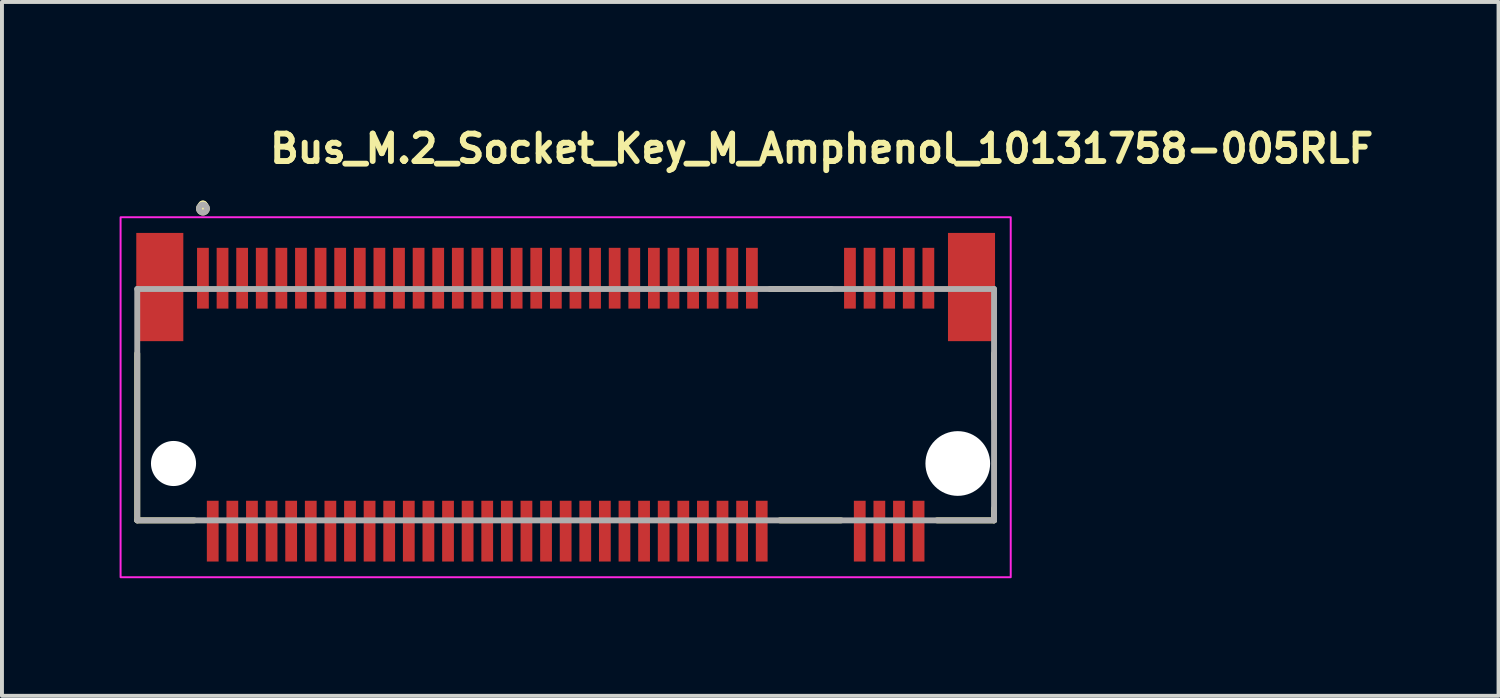
<source format=kicad_pcb>
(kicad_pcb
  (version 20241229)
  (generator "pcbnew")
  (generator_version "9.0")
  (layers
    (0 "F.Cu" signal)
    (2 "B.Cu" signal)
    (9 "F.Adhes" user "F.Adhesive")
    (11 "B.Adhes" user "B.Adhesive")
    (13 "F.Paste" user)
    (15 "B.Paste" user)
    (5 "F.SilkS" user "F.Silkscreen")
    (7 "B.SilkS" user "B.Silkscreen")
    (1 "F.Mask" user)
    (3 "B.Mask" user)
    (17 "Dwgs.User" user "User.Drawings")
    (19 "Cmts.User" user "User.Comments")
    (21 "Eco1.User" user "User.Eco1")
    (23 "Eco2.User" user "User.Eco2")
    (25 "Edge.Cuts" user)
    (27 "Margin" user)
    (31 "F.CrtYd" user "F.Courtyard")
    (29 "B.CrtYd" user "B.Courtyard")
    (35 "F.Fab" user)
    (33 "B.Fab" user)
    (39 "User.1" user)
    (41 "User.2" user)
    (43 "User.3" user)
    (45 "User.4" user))
  (footprint "Bus_M.2_Socket_Key_M_Amphenol_10131758-005RLF"
    (layer "F.Cu")
    (at 11.375 7.27)
    (property "Reference" "Bus_M.2_Socket_Key_M_Amphenol_10131758-005RLF" (at -7.62 -6.12 0) (layer "F.SilkS") (effects (font (size 0.7 0.7) (thickness 0.15)) (justify left bottom)))
    (attr smd)
    (fp_line (start -10.925 2.95) (end -10.925 -1.305) (stroke (width 0.15) (type solid)) (layer "F.SilkS"))
    (fp_line (start -9.47 2.95) (end -10.925 2.95) (stroke (width 0.15) (type solid)) (layer "F.SilkS"))
    (fp_line (start 5.214 -2.95) (end 6.776 -2.95) (stroke (width 0.15) (type solid)) (layer "F.SilkS"))
    (fp_line (start 5.464 2.95) (end 7.026 2.95) (stroke (width 0.15) (type solid)) (layer "F.SilkS"))
    (fp_line (start 10.925 -1.305) (end 10.925 0.355) (stroke (width 0.15) (type solid)) (layer "F.SilkS"))
    (fp_line (start 10.925 2.95) (end 9.47 2.95) (stroke (width 0.15) (type solid)) (layer "F.SilkS"))
    (fp_line (start 10.925 2.95) (end 10.925 2.645) (stroke (width 0.15) (type solid)) (layer "F.SilkS"))
    (fp_circle (center -9.25 -5.08) (end -9.2 -5.08) (stroke (width 0.15) (type solid)) (fill yes) (layer "F.SilkS"))
    (fp_circle (center -9.25 -5.08) (end -9.2 -5.08) (stroke (width 0.15) (type solid)) (fill yes) (layer "F.SilkS"))
    (fp_circle (center -9.25 -5) (end -9.15 -5) (stroke (width 0.15) (type solid)) (fill no) (layer "F.SilkS"))
    (fp_rect (start -11.35 -4.78) (end 11.35 4.4) (stroke (width 0.05) (type solid)) (fill no) (layer "F.CrtYd"))
    (fp_line (start -10.925 -2.95) (end 10.925 -2.95) (stroke (width 0.15) (type solid)) (layer "F.Fab"))
    (fp_line (start -10.925 2.95) (end -10.925 -2.95) (stroke (width 0.15) (type solid)) (layer "F.Fab"))
    (fp_line (start 10.925 -2.95) (end 10.925 2.95) (stroke (width 0.15) (type solid)) (layer "F.Fab"))
    (fp_line (start 10.925 2.95) (end -10.925 2.95) (stroke (width 0.15) (type solid)) (layer "F.Fab"))
    (fp_circle (center -9.25 -5) (end -9.15 -5) (stroke (width 0.15) (type solid)) (fill no) (layer "F.Fab"))
    (fp_rect (start -10.925 -3.35) (end 10.925 3.35) (stroke (width 0.1) (type solid)) (fill no) (layer "User.5"))
    (fp_line (start -10.925 -2.95) (end -10.925 2.26) (stroke (width 0.02) (type solid)) (layer "User.9"))
    (fp_line (start -10.925 -2.95) (end 10.925 -2.95) (stroke (width 0.02) (type solid)) (layer "User.9"))
    (fp_line (start -10.925 2.465) (end -10.925 2.26) (stroke (width 0.02) (type solid)) (layer "User.9"))
    (fp_line (start -10.925 2.465) (end -10.925 2.465) (stroke (width 0.02) (type solid)) (layer "User.9"))
    (fp_line (start -10.925 2.55) (end -10.925 2.465) (stroke (width 0.02) (type solid)) (layer "User.9"))
    (fp_line (start -10.925 2.55) (end -10.365 2.55) (stroke (width 0.02) (type solid)) (layer "User.9"))
    (fp_line (start -10.925 2.95) (end -10.925 2.55) (stroke (width 0.02) (type solid)) (layer "User.9"))
    (fp_line (start -10.365 1.75) (end 10.365 1.75) (stroke (width 0.02) (type solid)) (layer "User.9"))
    (fp_line (start -10.365 2.26) (end -10.16 2.26) (stroke (width 0.02) (type solid)) (layer "User.9"))
    (fp_line (start -10.365 2.55) (end -10.351 2.55) (stroke (width 0.02) (type solid)) (layer "User.9"))
    (fp_line (start -10.351 2.55) (end -10.336 2.549) (stroke (width 0.02) (type solid)) (layer "User.9"))
    (fp_line (start -10.336 2.549) (end -10.322 2.547) (stroke (width 0.02) (type solid)) (layer "User.9"))
    (fp_line (start -10.322 2.547) (end -10.308 2.544) (stroke (width 0.02) (type solid)) (layer "User.9"))
    (fp_line (start -10.308 2.544) (end -10.294 2.541) (stroke (width 0.02) (type solid)) (layer "User.9"))
    (fp_line (start -10.294 2.541) (end -10.281 2.537) (stroke (width 0.02) (type solid)) (layer "User.9"))
    (fp_line (start -10.281 2.537) (end -10.267 2.533) (stroke (width 0.02) (type solid)) (layer "User.9"))
    (fp_line (start -10.267 2.533) (end -10.254 2.528) (stroke (width 0.02) (type solid)) (layer "User.9"))
    (fp_line (start -10.254 2.528) (end -10.241 2.522) (stroke (width 0.02) (type solid)) (layer "User.9"))
    (fp_line (start -10.241 2.522) (end -10.228 2.516) (stroke (width 0.02) (type solid)) (layer "User.9"))
    (fp_line (start -10.228 2.516) (end -10.216 2.509) (stroke (width 0.02) (type solid)) (layer "User.9"))
    (fp_line (start -10.216 2.509) (end -10.204 2.501) (stroke (width 0.02) (type solid)) (layer "User.9"))
    (fp_line (start -10.204 2.501) (end -10.192 2.493) (stroke (width 0.02) (type solid)) (layer "User.9"))
    (fp_line (start -10.192 2.493) (end -10.181 2.484) (stroke (width 0.02) (type solid)) (layer "User.9"))
    (fp_line (start -10.181 2.484) (end -10.17 2.475) (stroke (width 0.02) (type solid)) (layer "User.9"))
    (fp_line (start -10.17 2.475) (end -10.16 2.465) (stroke (width 0.02) (type solid)) (layer "User.9"))
    (fp_line (start -10.16 2.26) (end -10.16 2.26) (stroke (width 0.02) (type solid)) (layer "User.9"))
    (fp_line (start -10.16 2.26) (end -10.075 2.26) (stroke (width 0.02) (type solid)) (layer "User.9"))
    (fp_line (start -10.16 2.465) (end -10.16 2.465) (stroke (width 0.02) (type solid)) (layer "User.9"))
    (fp_line (start -10.16 2.465) (end -10.15 2.455) (stroke (width 0.02) (type solid)) (layer "User.9"))
    (fp_line (start -10.15 2.455) (end -10.141 2.444) (stroke (width 0.02) (type solid)) (layer "User.9"))
    (fp_line (start -10.141 2.444) (end -10.132 2.433) (stroke (width 0.02) (type solid)) (layer "User.9"))
    (fp_line (start -10.132 2.433) (end -10.124 2.421) (stroke (width 0.02) (type solid)) (layer "User.9"))
    (fp_line (start -10.124 2.421) (end -10.116 2.409) (stroke (width 0.02) (type solid)) (layer "User.9"))
    (fp_line (start -10.116 2.409) (end -10.109 2.397) (stroke (width 0.02) (type solid)) (layer "User.9"))
    (fp_line (start -10.109 2.397) (end -10.103 2.384) (stroke (width 0.02) (type solid)) (layer "User.9"))
    (fp_line (start -10.103 2.384) (end -10.097 2.371) (stroke (width 0.02) (type solid)) (layer "User.9"))
    (fp_line (start -10.097 2.371) (end -10.092 2.358) (stroke (width 0.02) (type solid)) (layer "User.9"))
    (fp_line (start -10.092 2.358) (end -10.088 2.344) (stroke (width 0.02) (type solid)) (layer "User.9"))
    (fp_line (start -10.088 2.344) (end -10.084 2.331) (stroke (width 0.02) (type solid)) (layer "User.9"))
    (fp_line (start -10.084 2.331) (end -10.081 2.317) (stroke (width 0.02) (type solid)) (layer "User.9"))
    (fp_line (start -10.081 2.317) (end -10.078 2.303) (stroke (width 0.02) (type solid)) (layer "User.9"))
    (fp_line (start -10.078 2.303) (end -10.076 2.289) (stroke (width 0.02) (type solid)) (layer "User.9"))
    (fp_line (start -10.076 2.289) (end -10.075 2.274) (stroke (width 0.02) (type solid)) (layer "User.9"))
    (fp_line (start -10.075 2.26) (end -10.075 1.75) (stroke (width 0.02) (type solid)) (layer "User.9"))
    (fp_line (start -10.075 2.26) (end -10.075 2.95) (stroke (width 0.02) (type solid)) (layer "User.9"))
    (fp_line (start -10.075 2.274) (end -10.075 2.26) (stroke (width 0.02) (type solid)) (layer "User.9"))
    (fp_line (start -10.075 2.95) (end -10.925 2.95) (stroke (width 0.02) (type solid)) (layer "User.9"))
    (fp_line (start -10.075 2.95) (end -10.075 2.26) (stroke (width 0.02) (type solid)) (layer "User.9"))
    (fp_line (start -9.43 1.75) (end -9.43 2.95) (stroke (width 0.02) (type solid)) (layer "User.9"))
    (fp_line (start -9.43 2.95) (end -10.075 2.95) (stroke (width 0.02) (type solid)) (layer "User.9"))
    (fp_line (start -9.3 -3.35) (end -9.3 -3.3) (stroke (width 0.02) (type solid)) (layer "User.9"))
    (fp_line (start -9.3 -3.3) (end -9.3 -3.05) (stroke (width 0.02) (type solid)) (layer "User.9"))
    (fp_line (start -9.3 -3.05) (end -9.3 -2.95) (stroke (width 0.02) (type solid)) (layer "User.9"))
    (fp_line (start -9.2 -3.35) (end -9.3 -3.35) (stroke (width 0.02) (type solid)) (layer "User.9"))
    (fp_line (start -9.2 -3.35) (end -9.2 -3.3) (stroke (width 0.02) (type solid)) (layer "User.9"))
    (fp_line (start -9.2 -3.3) (end -9.2 -3.05) (stroke (width 0.02) (type solid)) (layer "User.9"))
    (fp_line (start -9.2 -3.05) (end -9.2 -2.95) (stroke (width 0.02) (type solid)) (layer "User.9"))
    (fp_line (start -9.05 3.05) (end -9.05 2.95) (stroke (width 0.02) (type solid)) (layer "User.9"))
    (fp_line (start -9.05 3.3) (end -9.05 3.05) (stroke (width 0.02) (type solid)) (layer "User.9"))
    (fp_line (start -9.05 3.35) (end -9.05 3.3) (stroke (width 0.02) (type solid)) (layer "User.9"))
    (fp_line (start -9.05 3.35) (end -8.95 3.35) (stroke (width 0.02) (type solid)) (layer "User.9"))
    (fp_line (start -8.95 3.05) (end -8.95 2.95) (stroke (width 0.02) (type solid)) (layer "User.9"))
    (fp_line (start -8.95 3.3) (end -8.95 3.05) (stroke (width 0.02) (type solid)) (layer "User.9"))
    (fp_line (start -8.95 3.35) (end -8.95 3.3) (stroke (width 0.02) (type solid)) (layer "User.9"))
    (fp_line (start -8.8 -3.35) (end -8.8 -3.3) (stroke (width 0.02) (type solid)) (layer "User.9"))
    (fp_line (start -8.8 -3.3) (end -8.8 -3.05) (stroke (width 0.02) (type solid)) (layer "User.9"))
    (fp_line (start -8.8 -3.05) (end -8.8 -2.95) (stroke (width 0.02) (type solid)) (layer "User.9"))
    (fp_line (start -8.7 -3.35) (end -8.8 -3.35) (stroke (width 0.02) (type solid)) (layer "User.9"))
    (fp_line (start -8.7 -3.35) (end -8.7 -3.3) (stroke (width 0.02) (type solid)) (layer "User.9"))
    (fp_line (start -8.7 -3.3) (end -8.7 -3.05) (stroke (width 0.02) (type solid)) (layer "User.9"))
    (fp_line (start -8.7 -3.05) (end -8.7 -2.95) (stroke (width 0.02) (type solid)) (layer "User.9"))
    (fp_line (start -8.55 3.05) (end -8.55 2.95) (stroke (width 0.02) (type solid)) (layer "User.9"))
    (fp_line (start -8.55 3.3) (end -8.55 3.05) (stroke (width 0.02) (type solid)) (layer "User.9"))
    (fp_line (start -8.55 3.35) (end -8.55 3.3) (stroke (width 0.02) (type solid)) (layer "User.9"))
    (fp_line (start -8.55 3.35) (end -8.45 3.35) (stroke (width 0.02) (type solid)) (layer "User.9"))
    (fp_line (start -8.45 3.05) (end -8.45 2.95) (stroke (width 0.02) (type solid)) (layer "User.9"))
    (fp_line (start -8.45 3.3) (end -8.45 3.05) (stroke (width 0.02) (type solid)) (layer "User.9"))
    (fp_line (start -8.45 3.35) (end -8.45 3.3) (stroke (width 0.02) (type solid)) (layer "User.9"))
    (fp_line (start -8.3 -3.35) (end -8.3 -3.3) (stroke (width 0.02) (type solid)) (layer "User.9"))
    (fp_line (start -8.3 -3.3) (end -8.3 -3.05) (stroke (width 0.02) (type solid)) (layer "User.9"))
    (fp_line (start -8.3 -3.05) (end -8.3 -2.95) (stroke (width 0.02) (type solid)) (layer "User.9"))
    (fp_line (start -8.2 -3.35) (end -8.3 -3.35) (stroke (width 0.02) (type solid)) (layer "User.9"))
    (fp_line (start -8.2 -3.35) (end -8.2 -3.3) (stroke (width 0.02) (type solid)) (layer "User.9"))
    (fp_line (start -8.2 -3.3) (end -8.2 -3.05) (stroke (width 0.02) (type solid)) (layer "User.9"))
    (fp_line (start -8.2 -3.05) (end -8.2 -2.95) (stroke (width 0.02) (type solid)) (layer "User.9"))
    (fp_line (start -8.05 3.05) (end -8.05 2.95) (stroke (width 0.02) (type solid)) (layer "User.9"))
    (fp_line (start -8.05 3.3) (end -8.05 3.05) (stroke (width 0.02) (type solid)) (layer "User.9"))
    (fp_line (start -8.05 3.35) (end -8.05 3.3) (stroke (width 0.02) (type solid)) (layer "User.9"))
    (fp_line (start -8.05 3.35) (end -7.95 3.35) (stroke (width 0.02) (type solid)) (layer "User.9"))
    (fp_line (start -7.95 3.05) (end -7.95 2.95) (stroke (width 0.02) (type solid)) (layer "User.9"))
    (fp_line (start -7.95 3.3) (end -7.95 3.05) (stroke (width 0.02) (type solid)) (layer "User.9"))
    (fp_line (start -7.95 3.35) (end -7.95 3.3) (stroke (width 0.02) (type solid)) (layer "User.9"))
    (fp_line (start -7.8 -3.35) (end -7.8 -3.3) (stroke (width 0.02) (type solid)) (layer "User.9"))
    (fp_line (start -7.8 -3.3) (end -7.8 -3.05) (stroke (width 0.02) (type solid)) (layer "User.9"))
    (fp_line (start -7.8 -3.05) (end -7.8 -2.95) (stroke (width 0.02) (type solid)) (layer "User.9"))
    (fp_line (start -7.7 -3.35) (end -7.8 -3.35) (stroke (width 0.02) (type solid)) (layer "User.9"))
    (fp_line (start -7.7 -3.35) (end -7.7 -3.3) (stroke (width 0.02) (type solid)) (layer "User.9"))
    (fp_line (start -7.7 -3.3) (end -7.7 -3.05) (stroke (width 0.02) (type solid)) (layer "User.9"))
    (fp_line (start -7.7 -3.05) (end -7.7 -2.95) (stroke (width 0.02) (type solid)) (layer "User.9"))
    (fp_line (start -7.55 3.05) (end -7.55 2.95) (stroke (width 0.02) (type solid)) (layer "User.9"))
    (fp_line (start -7.55 3.3) (end -7.55 3.05) (stroke (width 0.02) (type solid)) (layer "User.9"))
    (fp_line (start -7.55 3.35) (end -7.55 3.3) (stroke (width 0.02) (type solid)) (layer "User.9"))
    (fp_line (start -7.55 3.35) (end -7.45 3.35) (stroke (width 0.02) (type solid)) (layer "User.9"))
    (fp_line (start -7.45 3.05) (end -7.45 2.95) (stroke (width 0.02) (type solid)) (layer "User.9"))
    (fp_line (start -7.45 3.3) (end -7.45 3.05) (stroke (width 0.02) (type solid)) (layer "User.9"))
    (fp_line (start -7.45 3.35) (end -7.45 3.3) (stroke (width 0.02) (type solid)) (layer "User.9"))
    (fp_line (start -7.3 -3.35) (end -7.3 -3.3) (stroke (width 0.02) (type solid)) (layer "User.9"))
    (fp_line (start -7.3 -3.3) (end -7.3 -3.05) (stroke (width 0.02) (type solid)) (layer "User.9"))
    (fp_line (start -7.3 -3.05) (end -7.3 -2.95) (stroke (width 0.02) (type solid)) (layer "User.9"))
    (fp_line (start -7.2 -3.35) (end -7.3 -3.35) (stroke (width 0.02) (type solid)) (layer "User.9"))
    (fp_line (start -7.2 -3.35) (end -7.2 -3.3) (stroke (width 0.02) (type solid)) (layer "User.9"))
    (fp_line (start -7.2 -3.3) (end -7.2 -3.05) (stroke (width 0.02) (type solid)) (layer "User.9"))
    (fp_line (start -7.2 -3.05) (end -7.2 -2.95) (stroke (width 0.02) (type solid)) (layer "User.9"))
    (fp_line (start -7.05 3.05) (end -7.05 2.95) (stroke (width 0.02) (type solid)) (layer "User.9"))
    (fp_line (start -7.05 3.3) (end -7.05 3.05) (stroke (width 0.02) (type solid)) (layer "User.9"))
    (fp_line (start -7.05 3.35) (end -7.05 3.3) (stroke (width 0.02) (type solid)) (layer "User.9"))
    (fp_line (start -7.05 3.35) (end -6.95 3.35) (stroke (width 0.02) (type solid)) (layer "User.9"))
    (fp_line (start -6.95 3.05) (end -6.95 2.95) (stroke (width 0.02) (type solid)) (layer "User.9"))
    (fp_line (start -6.95 3.3) (end -6.95 3.05) (stroke (width 0.02) (type solid)) (layer "User.9"))
    (fp_line (start -6.95 3.35) (end -6.95 3.3) (stroke (width 0.02) (type solid)) (layer "User.9"))
    (fp_line (start -6.8 -3.35) (end -6.8 -3.3) (stroke (width 0.02) (type solid)) (layer "User.9"))
    (fp_line (start -6.8 -3.3) (end -6.8 -3.05) (stroke (width 0.02) (type solid)) (layer "User.9"))
    (fp_line (start -6.8 -3.05) (end -6.8 -2.95) (stroke (width 0.02) (type solid)) (layer "User.9"))
    (fp_line (start -6.7 -3.35) (end -6.8 -3.35) (stroke (width 0.02) (type solid)) (layer "User.9"))
    (fp_line (start -6.7 -3.35) (end -6.7 -3.3) (stroke (width 0.02) (type solid)) (layer "User.9"))
    (fp_line (start -6.7 -3.3) (end -6.7 -3.05) (stroke (width 0.02) (type solid)) (layer "User.9"))
    (fp_line (start -6.7 -3.05) (end -6.7 -2.95) (stroke (width 0.02) (type solid)) (layer "User.9"))
    (fp_line (start -6.55 3.05) (end -6.55 2.95) (stroke (width 0.02) (type solid)) (layer "User.9"))
    (fp_line (start -6.55 3.3) (end -6.55 3.05) (stroke (width 0.02) (type solid)) (layer "User.9"))
    (fp_line (start -6.55 3.35) (end -6.55 3.3) (stroke (width 0.02) (type solid)) (layer "User.9"))
    (fp_line (start -6.55 3.35) (end -6.45 3.35) (stroke (width 0.02) (type solid)) (layer "User.9"))
    (fp_line (start -6.45 3.05) (end -6.45 2.95) (stroke (width 0.02) (type solid)) (layer "User.9"))
    (fp_line (start -6.45 3.3) (end -6.45 3.05) (stroke (width 0.02) (type solid)) (layer "User.9"))
    (fp_line (start -6.45 3.35) (end -6.45 3.3) (stroke (width 0.02) (type solid)) (layer "User.9"))
    (fp_line (start -6.3 -3.35) (end -6.3 -3.3) (stroke (width 0.02) (type solid)) (layer "User.9"))
    (fp_line (start -6.3 -3.3) (end -6.3 -3.05) (stroke (width 0.02) (type solid)) (layer "User.9"))
    (fp_line (start -6.3 -3.05) (end -6.3 -2.95) (stroke (width 0.02) (type solid)) (layer "User.9"))
    (fp_line (start -6.2 -3.35) (end -6.3 -3.35) (stroke (width 0.02) (type solid)) (layer "User.9"))
    (fp_line (start -6.2 -3.35) (end -6.2 -3.3) (stroke (width 0.02) (type solid)) (layer "User.9"))
    (fp_line (start -6.2 -3.3) (end -6.2 -3.05) (stroke (width 0.02) (type solid)) (layer "User.9"))
    (fp_line (start -6.2 -3.05) (end -6.2 -2.95) (stroke (width 0.02) (type solid)) (layer "User.9"))
    (fp_line (start -6.05 3.05) (end -6.05 2.95) (stroke (width 0.02) (type solid)) (layer "User.9"))
    (fp_line (start -6.05 3.3) (end -6.05 3.05) (stroke (width 0.02) (type solid)) (layer "User.9"))
    (fp_line (start -6.05 3.35) (end -6.05 3.3) (stroke (width 0.02) (type solid)) (layer "User.9"))
    (fp_line (start -6.05 3.35) (end -5.95 3.35) (stroke (width 0.02) (type solid)) (layer "User.9"))
    (fp_line (start -5.95 3.05) (end -5.95 2.95) (stroke (width 0.02) (type solid)) (layer "User.9"))
    (fp_line (start -5.95 3.3) (end -5.95 3.05) (stroke (width 0.02) (type solid)) (layer "User.9"))
    (fp_line (start -5.95 3.35) (end -5.95 3.3) (stroke (width 0.02) (type solid)) (layer "User.9"))
    (fp_line (start -5.8 -3.35) (end -5.8 -3.3) (stroke (width 0.02) (type solid)) (layer "User.9"))
    (fp_line (start -5.8 -3.3) (end -5.8 -3.05) (stroke (width 0.02) (type solid)) (layer "User.9"))
    (fp_line (start -5.8 -3.05) (end -5.8 -2.95) (stroke (width 0.02) (type solid)) (layer "User.9"))
    (fp_line (start -5.7 -3.35) (end -5.8 -3.35) (stroke (width 0.02) (type solid)) (layer "User.9"))
    (fp_line (start -5.7 -3.35) (end -5.7 -3.3) (stroke (width 0.02) (type solid)) (layer "User.9"))
    (fp_line (start -5.7 -3.3) (end -5.7 -3.05) (stroke (width 0.02) (type solid)) (layer "User.9"))
    (fp_line (start -5.7 -3.05) (end -5.7 -2.95) (stroke (width 0.02) (type solid)) (layer "User.9"))
    (fp_line (start -5.55 3.05) (end -5.55 2.95) (stroke (width 0.02) (type solid)) (layer "User.9"))
    (fp_line (start -5.55 3.3) (end -5.55 3.05) (stroke (width 0.02) (type solid)) (layer "User.9"))
    (fp_line (start -5.55 3.35) (end -5.55 3.3) (stroke (width 0.02) (type solid)) (layer "User.9"))
    (fp_line (start -5.55 3.35) (end -5.45 3.35) (stroke (width 0.02) (type solid)) (layer "User.9"))
    (fp_line (start -5.45 3.05) (end -5.45 2.95) (stroke (width 0.02) (type solid)) (layer "User.9"))
    (fp_line (start -5.45 3.3) (end -5.45 3.05) (stroke (width 0.02) (type solid)) (layer "User.9"))
    (fp_line (start -5.45 3.35) (end -5.45 3.3) (stroke (width 0.02) (type solid)) (layer "User.9"))
    (fp_line (start -5.3 -3.35) (end -5.3 -3.3) (stroke (width 0.02) (type solid)) (layer "User.9"))
    (fp_line (start -5.3 -3.3) (end -5.3 -3.05) (stroke (width 0.02) (type solid)) (layer "User.9"))
    (fp_line (start -5.3 -3.05) (end -5.3 -2.95) (stroke (width 0.02) (type solid)) (layer "User.9"))
    (fp_line (start -5.2 -3.35) (end -5.3 -3.35) (stroke (width 0.02) (type solid)) (layer "User.9"))
    (fp_line (start -5.2 -3.35) (end -5.2 -3.3) (stroke (width 0.02) (type solid)) (layer "User.9"))
    (fp_line (start -5.2 -3.3) (end -5.2 -3.05) (stroke (width 0.02) (type solid)) (layer "User.9"))
    (fp_line (start -5.2 -3.05) (end -5.2 -2.95) (stroke (width 0.02) (type solid)) (layer "User.9"))
    (fp_line (start -5.05 3.05) (end -5.05 2.95) (stroke (width 0.02) (type solid)) (layer "User.9"))
    (fp_line (start -5.05 3.3) (end -5.05 3.05) (stroke (width 0.02) (type solid)) (layer "User.9"))
    (fp_line (start -5.05 3.35) (end -5.05 3.3) (stroke (width 0.02) (type solid)) (layer "User.9"))
    (fp_line (start -5.05 3.35) (end -4.95 3.35) (stroke (width 0.02) (type solid)) (layer "User.9"))
    (fp_line (start -4.95 3.05) (end -4.95 2.95) (stroke (width 0.02) (type solid)) (layer "User.9"))
    (fp_line (start -4.95 3.3) (end -4.95 3.05) (stroke (width 0.02) (type solid)) (layer "User.9"))
    (fp_line (start -4.95 3.35) (end -4.95 3.3) (stroke (width 0.02) (type solid)) (layer "User.9"))
    (fp_line (start -4.8 -3.35) (end -4.8 -3.3) (stroke (width 0.02) (type solid)) (layer "User.9"))
    (fp_line (start -4.8 -3.3) (end -4.8 -3.05) (stroke (width 0.02) (type solid)) (layer "User.9"))
    (fp_line (start -4.8 -3.05) (end -4.8 -2.95) (stroke (width 0.02) (type solid)) (layer "User.9"))
    (fp_line (start -4.7 -3.35) (end -4.8 -3.35) (stroke (width 0.02) (type solid)) (layer "User.9"))
    (fp_line (start -4.7 -3.35) (end -4.7 -3.3) (stroke (width 0.02) (type solid)) (layer "User.9"))
    (fp_line (start -4.7 -3.3) (end -4.7 -3.05) (stroke (width 0.02) (type solid)) (layer "User.9"))
    (fp_line (start -4.7 -3.05) (end -4.7 -2.95) (stroke (width 0.02) (type solid)) (layer "User.9"))
    (fp_line (start -4.55 3.05) (end -4.55 2.95) (stroke (width 0.02) (type solid)) (layer "User.9"))
    (fp_line (start -4.55 3.3) (end -4.55 3.05) (stroke (width 0.02) (type solid)) (layer "User.9"))
    (fp_line (start -4.55 3.35) (end -4.55 3.3) (stroke (width 0.02) (type solid)) (layer "User.9"))
    (fp_line (start -4.55 3.35) (end -4.45 3.35) (stroke (width 0.02) (type solid)) (layer "User.9"))
    (fp_line (start -4.45 3.05) (end -4.45 2.95) (stroke (width 0.02) (type solid)) (layer "User.9"))
    (fp_line (start -4.45 3.3) (end -4.45 3.05) (stroke (width 0.02) (type solid)) (layer "User.9"))
    (fp_line (start -4.45 3.35) (end -4.45 3.3) (stroke (width 0.02) (type solid)) (layer "User.9"))
    (fp_line (start -4.3 -3.35) (end -4.3 -3.3) (stroke (width 0.02) (type solid)) (layer "User.9"))
    (fp_line (start -4.3 -3.3) (end -4.3 -3.05) (stroke (width 0.02) (type solid)) (layer "User.9"))
    (fp_line (start -4.3 -3.05) (end -4.3 -2.95) (stroke (width 0.02) (type solid)) (layer "User.9"))
    (fp_line (start -4.2 -3.35) (end -4.3 -3.35) (stroke (width 0.02) (type solid)) (layer "User.9"))
    (fp_line (start -4.2 -3.35) (end -4.2 -3.3) (stroke (width 0.02) (type solid)) (layer "User.9"))
    (fp_line (start -4.2 -3.3) (end -4.2 -3.05) (stroke (width 0.02) (type solid)) (layer "User.9"))
    (fp_line (start -4.2 -3.05) (end -4.2 -2.95) (stroke (width 0.02) (type solid)) (layer "User.9"))
    (fp_line (start -4.05 3.05) (end -4.05 2.95) (stroke (width 0.02) (type solid)) (layer "User.9"))
    (fp_line (start -4.05 3.3) (end -4.05 3.05) (stroke (width 0.02) (type solid)) (layer "User.9"))
    (fp_line (start -4.05 3.35) (end -4.05 3.3) (stroke (width 0.02) (type solid)) (layer "User.9"))
    (fp_line (start -4.05 3.35) (end -3.95 3.35) (stroke (width 0.02) (type solid)) (layer "User.9"))
    (fp_line (start -3.95 3.05) (end -3.95 2.95) (stroke (width 0.02) (type solid)) (layer "User.9"))
    (fp_line (start -3.95 3.3) (end -3.95 3.05) (stroke (width 0.02) (type solid)) (layer "User.9"))
    (fp_line (start -3.95 3.35) (end -3.95 3.3) (stroke (width 0.02) (type solid)) (layer "User.9"))
    (fp_line (start -3.8 -3.35) (end -3.8 -3.3) (stroke (width 0.02) (type solid)) (layer "User.9"))
    (fp_line (start -3.8 -3.3) (end -3.8 -3.05) (stroke (width 0.02) (type solid)) (layer "User.9"))
    (fp_line (start -3.8 -3.05) (end -3.8 -2.95) (stroke (width 0.02) (type solid)) (layer "User.9"))
    (fp_line (start -3.7 -3.35) (end -3.8 -3.35) (stroke (width 0.02) (type solid)) (layer "User.9"))
    (fp_line (start -3.7 -3.35) (end -3.7 -3.3) (stroke (width 0.02) (type solid)) (layer "User.9"))
    (fp_line (start -3.7 -3.3) (end -3.7 -3.05) (stroke (width 0.02) (type solid)) (layer "User.9"))
    (fp_line (start -3.7 -3.05) (end -3.7 -2.95) (stroke (width 0.02) (type solid)) (layer "User.9"))
    (fp_line (start -3.55 3.05) (end -3.55 2.95) (stroke (width 0.02) (type solid)) (layer "User.9"))
    (fp_line (start -3.55 3.3) (end -3.55 3.05) (stroke (width 0.02) (type solid)) (layer "User.9"))
    (fp_line (start -3.55 3.35) (end -3.55 3.3) (stroke (width 0.02) (type solid)) (layer "User.9"))
    (fp_line (start -3.55 3.35) (end -3.45 3.35) (stroke (width 0.02) (type solid)) (layer "User.9"))
    (fp_line (start -3.45 3.05) (end -3.45 2.95) (stroke (width 0.02) (type solid)) (layer "User.9"))
    (fp_line (start -3.45 3.3) (end -3.45 3.05) (stroke (width 0.02) (type solid)) (layer "User.9"))
    (fp_line (start -3.45 3.35) (end -3.45 3.3) (stroke (width 0.02) (type solid)) (layer "User.9"))
    (fp_line (start -3.3 -3.35) (end -3.3 -3.3) (stroke (width 0.02) (type solid)) (layer "User.9"))
    (fp_line (start -3.3 -3.3) (end -3.3 -3.05) (stroke (width 0.02) (type solid)) (layer "User.9"))
    (fp_line (start -3.3 -3.05) (end -3.3 -2.95) (stroke (width 0.02) (type solid)) (layer "User.9"))
    (fp_line (start -3.2 -3.35) (end -3.3 -3.35) (stroke (width 0.02) (type solid)) (layer "User.9"))
    (fp_line (start -3.2 -3.35) (end -3.2 -3.3) (stroke (width 0.02) (type solid)) (layer "User.9"))
    (fp_line (start -3.2 -3.3) (end -3.2 -3.05) (stroke (width 0.02) (type solid)) (layer "User.9"))
    (fp_line (start -3.2 -3.05) (end -3.2 -2.95) (stroke (width 0.02) (type solid)) (layer "User.9"))
    (fp_line (start -3.05 3.05) (end -3.05 2.95) (stroke (width 0.02) (type solid)) (layer "User.9"))
    (fp_line (start -3.05 3.3) (end -3.05 3.05) (stroke (width 0.02) (type solid)) (layer "User.9"))
    (fp_line (start -3.05 3.35) (end -3.05 3.3) (stroke (width 0.02) (type solid)) (layer "User.9"))
    (fp_line (start -3.05 3.35) (end -2.95 3.35) (stroke (width 0.02) (type solid)) (layer "User.9"))
    (fp_line (start -2.95 3.05) (end -2.95 2.95) (stroke (width 0.02) (type solid)) (layer "User.9"))
    (fp_line (start -2.95 3.3) (end -2.95 3.05) (stroke (width 0.02) (type solid)) (layer "User.9"))
    (fp_line (start -2.95 3.35) (end -2.95 3.3) (stroke (width 0.02) (type solid)) (layer "User.9"))
    (fp_line (start -2.8 -3.35) (end -2.8 -3.3) (stroke (width 0.02) (type solid)) (layer "User.9"))
    (fp_line (start -2.8 -3.3) (end -2.8 -3.05) (stroke (width 0.02) (type solid)) (layer "User.9"))
    (fp_line (start -2.8 -3.05) (end -2.8 -2.95) (stroke (width 0.02) (type solid)) (layer "User.9"))
    (fp_line (start -2.7 -3.35) (end -2.8 -3.35) (stroke (width 0.02) (type solid)) (layer "User.9"))
    (fp_line (start -2.7 -3.35) (end -2.7 -3.3) (stroke (width 0.02) (type solid)) (layer "User.9"))
    (fp_line (start -2.7 -3.3) (end -2.7 -3.05) (stroke (width 0.02) (type solid)) (layer "User.9"))
    (fp_line (start -2.7 -3.05) (end -2.7 -2.95) (stroke (width 0.02) (type solid)) (layer "User.9"))
    (fp_line (start -2.55 3.05) (end -2.55 2.95) (stroke (width 0.02) (type solid)) (layer "User.9"))
    (fp_line (start -2.55 3.3) (end -2.55 3.05) (stroke (width 0.02) (type solid)) (layer "User.9"))
    (fp_line (start -2.55 3.35) (end -2.55 3.3) (stroke (width 0.02) (type solid)) (layer "User.9"))
    (fp_line (start -2.55 3.35) (end -2.45 3.35) (stroke (width 0.02) (type solid)) (layer "User.9"))
    (fp_line (start -2.45 3.05) (end -2.45 2.95) (stroke (width 0.02) (type solid)) (layer "User.9"))
    (fp_line (start -2.45 3.3) (end -2.45 3.05) (stroke (width 0.02) (type solid)) (layer "User.9"))
    (fp_line (start -2.45 3.35) (end -2.45 3.3) (stroke (width 0.02) (type solid)) (layer "User.9"))
    (fp_line (start -2.3 -3.35) (end -2.3 -3.3) (stroke (width 0.02) (type solid)) (layer "User.9"))
    (fp_line (start -2.3 -3.3) (end -2.3 -3.05) (stroke (width 0.02) (type solid)) (layer "User.9"))
    (fp_line (start -2.3 -3.05) (end -2.3 -2.95) (stroke (width 0.02) (type solid)) (layer "User.9"))
    (fp_line (start -2.2 -3.35) (end -2.3 -3.35) (stroke (width 0.02) (type solid)) (layer "User.9"))
    (fp_line (start -2.2 -3.35) (end -2.2 -3.3) (stroke (width 0.02) (type solid)) (layer "User.9"))
    (fp_line (start -2.2 -3.3) (end -2.2 -3.05) (stroke (width 0.02) (type solid)) (layer "User.9"))
    (fp_line (start -2.2 -3.05) (end -2.2 -2.95) (stroke (width 0.02) (type solid)) (layer "User.9"))
    (fp_line (start -2.05 3.05) (end -2.05 2.95) (stroke (width 0.02) (type solid)) (layer "User.9"))
    (fp_line (start -2.05 3.3) (end -2.05 3.05) (stroke (width 0.02) (type solid)) (layer "User.9"))
    (fp_line (start -2.05 3.35) (end -2.05 3.3) (stroke (width 0.02) (type solid)) (layer "User.9"))
    (fp_line (start -2.05 3.35) (end -1.95 3.35) (stroke (width 0.02) (type solid)) (layer "User.9"))
    (fp_line (start -1.95 3.05) (end -1.95 2.95) (stroke (width 0.02) (type solid)) (layer "User.9"))
    (fp_line (start -1.95 3.3) (end -1.95 3.05) (stroke (width 0.02) (type solid)) (layer "User.9"))
    (fp_line (start -1.95 3.35) (end -1.95 3.3) (stroke (width 0.02) (type solid)) (layer "User.9"))
    (fp_line (start -1.8 -3.35) (end -1.8 -3.3) (stroke (width 0.02) (type solid)) (layer "User.9"))
    (fp_line (start -1.8 -3.3) (end -1.8 -3.05) (stroke (width 0.02) (type solid)) (layer "User.9"))
    (fp_line (start -1.8 -3.05) (end -1.8 -2.95) (stroke (width 0.02) (type solid)) (layer "User.9"))
    (fp_line (start -1.7 -3.35) (end -1.8 -3.35) (stroke (width 0.02) (type solid)) (layer "User.9"))
    (fp_line (start -1.7 -3.35) (end -1.7 -3.3) (stroke (width 0.02) (type solid)) (layer "User.9"))
    (fp_line (start -1.7 -3.3) (end -1.7 -3.05) (stroke (width 0.02) (type solid)) (layer "User.9"))
    (fp_line (start -1.7 -3.05) (end -1.7 -2.95) (stroke (width 0.02) (type solid)) (layer "User.9"))
    (fp_line (start -1.55 3.05) (end -1.55 2.95) (stroke (width 0.02) (type solid)) (layer "User.9"))
    (fp_line (start -1.55 3.3) (end -1.55 3.05) (stroke (width 0.02) (type solid)) (layer "User.9"))
    (fp_line (start -1.55 3.35) (end -1.55 3.3) (stroke (width 0.02) (type solid)) (layer "User.9"))
    (fp_line (start -1.55 3.35) (end -1.45 3.35) (stroke (width 0.02) (type solid)) (layer "User.9"))
    (fp_line (start -1.45 3.05) (end -1.45 2.95) (stroke (width 0.02) (type solid)) (layer "User.9"))
    (fp_line (start -1.45 3.3) (end -1.45 3.05) (stroke (width 0.02) (type solid)) (layer "User.9"))
    (fp_line (start -1.45 3.35) (end -1.45 3.3) (stroke (width 0.02) (type solid)) (layer "User.9"))
    (fp_line (start -1.3 -3.35) (end -1.3 -3.3) (stroke (width 0.02) (type solid)) (layer "User.9"))
    (fp_line (start -1.3 -3.3) (end -1.3 -3.05) (stroke (width 0.02) (type solid)) (layer "User.9"))
    (fp_line (start -1.3 -3.05) (end -1.3 -2.95) (stroke (width 0.02) (type solid)) (layer "User.9"))
    (fp_line (start -1.2 -3.35) (end -1.3 -3.35) (stroke (width 0.02) (type solid)) (layer "User.9"))
    (fp_line (start -1.2 -3.35) (end -1.2 -3.3) (stroke (width 0.02) (type solid)) (layer "User.9"))
    (fp_line (start -1.2 -3.3) (end -1.2 -3.05) (stroke (width 0.02) (type solid)) (layer "User.9"))
    (fp_line (start -1.2 -3.05) (end -1.2 -2.95) (stroke (width 0.02) (type solid)) (layer "User.9"))
    (fp_line (start -1.05 3.05) (end -1.05 2.95) (stroke (width 0.02) (type solid)) (layer "User.9"))
    (fp_line (start -1.05 3.3) (end -1.05 3.05) (stroke (width 0.02) (type solid)) (layer "User.9"))
    (fp_line (start -1.05 3.35) (end -1.05 3.3) (stroke (width 0.02) (type solid)) (layer "User.9"))
    (fp_line (start -1.05 3.35) (end -0.95 3.35) (stroke (width 0.02) (type solid)) (layer "User.9"))
    (fp_line (start -0.95 3.05) (end -0.95 2.95) (stroke (width 0.02) (type solid)) (layer "User.9"))
    (fp_line (start -0.95 3.3) (end -0.95 3.05) (stroke (width 0.02) (type solid)) (layer "User.9"))
    (fp_line (start -0.95 3.35) (end -0.95 3.3) (stroke (width 0.02) (type solid)) (layer "User.9"))
    (fp_line (start -0.8 -3.35) (end -0.8 -3.3) (stroke (width 0.02) (type solid)) (layer "User.9"))
    (fp_line (start -0.8 -3.3) (end -0.8 -3.05) (stroke (width 0.02) (type solid)) (layer "User.9"))
    (fp_line (start -0.8 -3.05) (end -0.8 -2.95) (stroke (width 0.02) (type solid)) (layer "User.9"))
    (fp_line (start -0.7 -3.35) (end -0.8 -3.35) (stroke (width 0.02) (type solid)) (layer "User.9"))
    (fp_line (start -0.7 -3.35) (end -0.7 -3.3) (stroke (width 0.02) (type solid)) (layer "User.9"))
    (fp_line (start -0.7 -3.3) (end -0.7 -3.05) (stroke (width 0.02) (type solid)) (layer "User.9"))
    (fp_line (start -0.7 -3.05) (end -0.7 -2.95) (stroke (width 0.02) (type solid)) (layer "User.9"))
    (fp_line (start -0.55 3.05) (end -0.55 2.95) (stroke (width 0.02) (type solid)) (layer "User.9"))
    (fp_line (start -0.55 3.3) (end -0.55 3.05) (stroke (width 0.02) (type solid)) (layer "User.9"))
    (fp_line (start -0.55 3.35) (end -0.55 3.3) (stroke (width 0.02) (type solid)) (layer "User.9"))
    (fp_line (start -0.55 3.35) (end -0.45 3.35) (stroke (width 0.02) (type solid)) (layer "User.9"))
    (fp_line (start -0.45 3.05) (end -0.45 2.95) (stroke (width 0.02) (type solid)) (layer "User.9"))
    (fp_line (start -0.45 3.3) (end -0.45 3.05) (stroke (width 0.02) (type solid)) (layer "User.9"))
    (fp_line (start -0.45 3.35) (end -0.45 3.3) (stroke (width 0.02) (type solid)) (layer "User.9"))
    (fp_line (start -0.3 -3.35) (end -0.3 -3.3) (stroke (width 0.02) (type solid)) (layer "User.9"))
    (fp_line (start -0.3 -3.3) (end -0.3 -3.05) (stroke (width 0.02) (type solid)) (layer "User.9"))
    (fp_line (start -0.3 -3.05) (end -0.3 -2.95) (stroke (width 0.02) (type solid)) (layer "User.9"))
    (fp_line (start -0.2 -3.35) (end -0.3 -3.35) (stroke (width 0.02) (type solid)) (layer "User.9"))
    (fp_line (start -0.2 -3.35) (end -0.2 -3.3) (stroke (width 0.02) (type solid)) (layer "User.9"))
    (fp_line (start -0.2 -3.3) (end -0.2 -3.05) (stroke (width 0.02) (type solid)) (layer "User.9"))
    (fp_line (start -0.2 -3.05) (end -0.2 -2.95) (stroke (width 0.02) (type solid)) (layer "User.9"))
    (fp_line (start -0.05 3.05) (end -0.05 2.95) (stroke (width 0.02) (type solid)) (layer "User.9"))
    (fp_line (start -0.05 3.3) (end -0.05 3.05) (stroke (width 0.02) (type solid)) (layer "User.9"))
    (fp_line (start -0.05 3.35) (end -0.05 3.3) (stroke (width 0.02) (type solid)) (layer "User.9"))
    (fp_line (start -0.05 3.35) (end 0.05 3.35) (stroke (width 0.02) (type solid)) (layer "User.9"))
    (fp_line (start 0.05 3.05) (end 0.05 2.95) (stroke (width 0.02) (type solid)) (layer "User.9"))
    (fp_line (start 0.05 3.3) (end 0.05 3.05) (stroke (width 0.02) (type solid)) (layer "User.9"))
    (fp_line (start 0.05 3.35) (end 0.05 3.3) (stroke (width 0.02) (type solid)) (layer "User.9"))
    (fp_line (start 0.2 -3.35) (end 0.2 -3.3) (stroke (width 0.02) (type solid)) (layer "User.9"))
    (fp_line (start 0.2 -3.3) (end 0.2 -3.05) (stroke (width 0.02) (type solid)) (layer "User.9"))
    (fp_line (start 0.2 -3.05) (end 0.2 -2.95) (stroke (width 0.02) (type solid)) (layer "User.9"))
    (fp_line (start 0.3 -3.35) (end 0.2 -3.35) (stroke (width 0.02) (type solid)) (layer "User.9"))
    (fp_line (start 0.3 -3.35) (end 0.3 -3.3) (stroke (width 0.02) (type solid)) (layer "User.9"))
    (fp_line (start 0.3 -3.3) (end 0.3 -3.05) (stroke (width 0.02) (type solid)) (layer "User.9"))
    (fp_line (start 0.3 -3.05) (end 0.3 -2.95) (stroke (width 0.02) (type solid)) (layer "User.9"))
    (fp_line (start 0.45 3.05) (end 0.45 2.95) (stroke (width 0.02) (type solid)) (layer "User.9"))
    (fp_line (start 0.45 3.3) (end 0.45 3.05) (stroke (width 0.02) (type solid)) (layer "User.9"))
    (fp_line (start 0.45 3.35) (end 0.45 3.3) (stroke (width 0.02) (type solid)) (layer "User.9"))
    (fp_line (start 0.45 3.35) (end 0.55 3.35) (stroke (width 0.02) (type solid)) (layer "User.9"))
    (fp_line (start 0.55 3.05) (end 0.55 2.95) (stroke (width 0.02) (type solid)) (layer "User.9"))
    (fp_line (start 0.55 3.3) (end 0.55 3.05) (stroke (width 0.02) (type solid)) (layer "User.9"))
    (fp_line (start 0.55 3.35) (end 0.55 3.3) (stroke (width 0.02) (type solid)) (layer "User.9"))
    (fp_line (start 0.7 -3.35) (end 0.7 -3.3) (stroke (width 0.02) (type solid)) (layer "User.9"))
    (fp_line (start 0.7 -3.3) (end 0.7 -3.05) (stroke (width 0.02) (type solid)) (layer "User.9"))
    (fp_line (start 0.7 -3.05) (end 0.7 -2.95) (stroke (width 0.02) (type solid)) (layer "User.9"))
    (fp_line (start 0.8 -3.35) (end 0.7 -3.35) (stroke (width 0.02) (type solid)) (layer "User.9"))
    (fp_line (start 0.8 -3.35) (end 0.8 -3.3) (stroke (width 0.02) (type solid)) (layer "User.9"))
    (fp_line (start 0.8 -3.3) (end 0.8 -3.05) (stroke (width 0.02) (type solid)) (layer "User.9"))
    (fp_line (start 0.8 -3.05) (end 0.8 -2.95) (stroke (width 0.02) (type solid)) (layer "User.9"))
    (fp_line (start 0.95 3.05) (end 0.95 2.95) (stroke (width 0.02) (type solid)) (layer "User.9"))
    (fp_line (start 0.95 3.3) (end 0.95 3.05) (stroke (width 0.02) (type solid)) (layer "User.9"))
    (fp_line (start 0.95 3.35) (end 0.95 3.3) (stroke (width 0.02) (type solid)) (layer "User.9"))
    (fp_line (start 0.95 3.35) (end 1.05 3.35) (stroke (width 0.02) (type solid)) (layer "User.9"))
    (fp_line (start 1.05 3.05) (end 1.05 2.95) (stroke (width 0.02) (type solid)) (layer "User.9"))
    (fp_line (start 1.05 3.3) (end 1.05 3.05) (stroke (width 0.02) (type solid)) (layer "User.9"))
    (fp_line (start 1.05 3.35) (end 1.05 3.3) (stroke (width 0.02) (type solid)) (layer "User.9"))
    (fp_line (start 1.2 -3.35) (end 1.2 -3.3) (stroke (width 0.02) (type solid)) (layer "User.9"))
    (fp_line (start 1.2 -3.3) (end 1.2 -3.05) (stroke (width 0.02) (type solid)) (layer "User.9"))
    (fp_line (start 1.2 -3.05) (end 1.2 -2.95) (stroke (width 0.02) (type solid)) (layer "User.9"))
    (fp_line (start 1.3 -3.35) (end 1.2 -3.35) (stroke (width 0.02) (type solid)) (layer "User.9"))
    (fp_line (start 1.3 -3.35) (end 1.3 -3.3) (stroke (width 0.02) (type solid)) (layer "User.9"))
    (fp_line (start 1.3 -3.3) (end 1.3 -3.05) (stroke (width 0.02) (type solid)) (layer "User.9"))
    (fp_line (start 1.3 -3.05) (end 1.3 -2.95) (stroke (width 0.02) (type solid)) (layer "User.9"))
    (fp_line (start 1.45 3.05) (end 1.45 2.95) (stroke (width 0.02) (type solid)) (layer "User.9"))
    (fp_line (start 1.45 3.3) (end 1.45 3.05) (stroke (width 0.02) (type solid)) (layer "User.9"))
    (fp_line (start 1.45 3.35) (end 1.45 3.3) (stroke (width 0.02) (type solid)) (layer "User.9"))
    (fp_line (start 1.45 3.35) (end 1.55 3.35) (stroke (width 0.02) (type solid)) (layer "User.9"))
    (fp_line (start 1.55 3.05) (end 1.55 2.95) (stroke (width 0.02) (type solid)) (layer "User.9"))
    (fp_line (start 1.55 3.3) (end 1.55 3.05) (stroke (width 0.02) (type solid)) (layer "User.9"))
    (fp_line (start 1.55 3.35) (end 1.55 3.3) (stroke (width 0.02) (type solid)) (layer "User.9"))
    (fp_line (start 1.7 -3.35) (end 1.7 -3.3) (stroke (width 0.02) (type solid)) (layer "User.9"))
    (fp_line (start 1.7 -3.3) (end 1.7 -3.05) (stroke (width 0.02) (type solid)) (layer "User.9"))
    (fp_line (start 1.7 -3.05) (end 1.7 -2.95) (stroke (width 0.02) (type solid)) (layer "User.9"))
    (fp_line (start 1.8 -3.35) (end 1.7 -3.35) (stroke (width 0.02) (type solid)) (layer "User.9"))
    (fp_line (start 1.8 -3.35) (end 1.8 -3.3) (stroke (width 0.02) (type solid)) (layer "User.9"))
    (fp_line (start 1.8 -3.3) (end 1.8 -3.05) (stroke (width 0.02) (type solid)) (layer "User.9"))
    (fp_line (start 1.8 -3.05) (end 1.8 -2.95) (stroke (width 0.02) (type solid)) (layer "User.9"))
    (fp_line (start 1.95 3.05) (end 1.95 2.95) (stroke (width 0.02) (type solid)) (layer "User.9"))
    (fp_line (start 1.95 3.3) (end 1.95 3.05) (stroke (width 0.02) (type solid)) (layer "User.9"))
    (fp_line (start 1.95 3.35) (end 1.95 3.3) (stroke (width 0.02) (type solid)) (layer "User.9"))
    (fp_line (start 1.95 3.35) (end 2.05 3.35) (stroke (width 0.02) (type solid)) (layer "User.9"))
    (fp_line (start 2.05 3.05) (end 2.05 2.95) (stroke (width 0.02) (type solid)) (layer "User.9"))
    (fp_line (start 2.05 3.3) (end 2.05 3.05) (stroke (width 0.02) (type solid)) (layer "User.9"))
    (fp_line (start 2.05 3.35) (end 2.05 3.3) (stroke (width 0.02) (type solid)) (layer "User.9"))
    (fp_line (start 2.2 -3.35) (end 2.2 -3.3) (stroke (width 0.02) (type solid)) (layer "User.9"))
    (fp_line (start 2.2 -3.3) (end 2.2 -3.05) (stroke (width 0.02) (type solid)) (layer "User.9"))
    (fp_line (start 2.2 -3.05) (end 2.2 -2.95) (stroke (width 0.02) (type solid)) (layer "User.9"))
    (fp_line (start 2.3 -3.35) (end 2.2 -3.35) (stroke (width 0.02) (type solid)) (layer "User.9"))
    (fp_line (start 2.3 -3.35) (end 2.3 -3.3) (stroke (width 0.02) (type solid)) (layer "User.9"))
    (fp_line (start 2.3 -3.3) (end 2.3 -3.05) (stroke (width 0.02) (type solid)) (layer "User.9"))
    (fp_line (start 2.3 -3.05) (end 2.3 -2.95) (stroke (width 0.02) (type solid)) (layer "User.9"))
    (fp_line (start 2.45 3.05) (end 2.45 2.95) (stroke (width 0.02) (type solid)) (layer "User.9"))
    (fp_line (start 2.45 3.3) (end 2.45 3.05) (stroke (width 0.02) (type solid)) (layer "User.9"))
    (fp_line (start 2.45 3.35) (end 2.45 3.3) (stroke (width 0.02) (type solid)) (layer "User.9"))
    (fp_line (start 2.45 3.35) (end 2.55 3.35) (stroke (width 0.02) (type solid)) (layer "User.9"))
    (fp_line (start 2.55 3.05) (end 2.55 2.95) (stroke (width 0.02) (type solid)) (layer "User.9"))
    (fp_line (start 2.55 3.3) (end 2.55 3.05) (stroke (width 0.02) (type solid)) (layer "User.9"))
    (fp_line (start 2.55 3.35) (end 2.55 3.3) (stroke (width 0.02) (type solid)) (layer "User.9"))
    (fp_line (start 2.7 -3.35) (end 2.7 -3.3) (stroke (width 0.02) (type solid)) (layer "User.9"))
    (fp_line (start 2.7 -3.3) (end 2.7 -3.05) (stroke (width 0.02) (type solid)) (layer "User.9"))
    (fp_line (start 2.7 -3.05) (end 2.7 -2.95) (stroke (width 0.02) (type solid)) (layer "User.9"))
    (fp_line (start 2.8 -3.35) (end 2.7 -3.35) (stroke (width 0.02) (type solid)) (layer "User.9"))
    (fp_line (start 2.8 -3.35) (end 2.8 -3.3) (stroke (width 0.02) (type solid)) (layer "User.9"))
    (fp_line (start 2.8 -3.3) (end 2.8 -3.05) (stroke (width 0.02) (type solid)) (layer "User.9"))
    (fp_line (start 2.8 -3.05) (end 2.8 -2.95) (stroke (width 0.02) (type solid)) (layer "User.9"))
    (fp_line (start 2.95 3.05) (end 2.95 2.95) (stroke (width 0.02) (type solid)) (layer "User.9"))
    (fp_line (start 2.95 3.3) (end 2.95 3.05) (stroke (width 0.02) (type solid)) (layer "User.9"))
    (fp_line (start 2.95 3.35) (end 2.95 3.3) (stroke (width 0.02) (type solid)) (layer "User.9"))
    (fp_line (start 2.95 3.35) (end 3.05 3.35) (stroke (width 0.02) (type solid)) (layer "User.9"))
    (fp_line (start 3.05 3.05) (end 3.05 2.95) (stroke (width 0.02) (type solid)) (layer "User.9"))
    (fp_line (start 3.05 3.3) (end 3.05 3.05) (stroke (width 0.02) (type solid)) (layer "User.9"))
    (fp_line (start 3.05 3.35) (end 3.05 3.3) (stroke (width 0.02) (type solid)) (layer "User.9"))
    (fp_line (start 3.2 -3.35) (end 3.2 -3.3) (stroke (width 0.02) (type solid)) (layer "User.9"))
    (fp_line (start 3.2 -3.3) (end 3.2 -3.05) (stroke (width 0.02) (type solid)) (layer "User.9"))
    (fp_line (start 3.2 -3.05) (end 3.2 -2.95) (stroke (width 0.02) (type solid)) (layer "User.9"))
    (fp_line (start 3.3 -3.35) (end 3.2 -3.35) (stroke (width 0.02) (type solid)) (layer "User.9"))
    (fp_line (start 3.3 -3.35) (end 3.3 -3.3) (stroke (width 0.02) (type solid)) (layer "User.9"))
    (fp_line (start 3.3 -3.3) (end 3.3 -3.05) (stroke (width 0.02) (type solid)) (layer "User.9"))
    (fp_line (start 3.3 -3.05) (end 3.3 -2.95) (stroke (width 0.02) (type solid)) (layer "User.9"))
    (fp_line (start 3.45 3.05) (end 3.45 2.95) (stroke (width 0.02) (type solid)) (layer "User.9"))
    (fp_line (start 3.45 3.3) (end 3.45 3.05) (stroke (width 0.02) (type solid)) (layer "User.9"))
    (fp_line (start 3.45 3.35) (end 3.45 3.3) (stroke (width 0.02) (type solid)) (layer "User.9"))
    (fp_line (start 3.45 3.35) (end 3.55 3.35) (stroke (width 0.02) (type solid)) (layer "User.9"))
    (fp_line (start 3.55 3.05) (end 3.55 2.95) (stroke (width 0.02) (type solid)) (layer "User.9"))
    (fp_line (start 3.55 3.3) (end 3.55 3.05) (stroke (width 0.02) (type solid)) (layer "User.9"))
    (fp_line (start 3.55 3.35) (end 3.55 3.3) (stroke (width 0.02) (type solid)) (layer "User.9"))
    (fp_line (start 3.7 -3.35) (end 3.7 -3.3) (stroke (width 0.02) (type solid)) (layer "User.9"))
    (fp_line (start 3.7 -3.3) (end 3.7 -3.05) (stroke (width 0.02) (type solid)) (layer "User.9"))
    (fp_line (start 3.7 -3.05) (end 3.7 -2.95) (stroke (width 0.02) (type solid)) (layer "User.9"))
    (fp_line (start 3.8 -3.35) (end 3.7 -3.35) (stroke (width 0.02) (type solid)) (layer "User.9"))
    (fp_line (start 3.8 -3.35) (end 3.8 -3.3) (stroke (width 0.02) (type solid)) (layer "User.9"))
    (fp_line (start 3.8 -3.3) (end 3.8 -3.05) (stroke (width 0.02) (type solid)) (layer "User.9"))
    (fp_line (start 3.8 -3.05) (end 3.8 -2.95) (stroke (width 0.02) (type solid)) (layer "User.9"))
    (fp_line (start 3.95 3.05) (end 3.95 2.95) (stroke (width 0.02) (type solid)) (layer "User.9"))
    (fp_line (start 3.95 3.3) (end 3.95 3.05) (stroke (width 0.02) (type solid)) (layer "User.9"))
    (fp_line (start 3.95 3.35) (end 3.95 3.3) (stroke (width 0.02) (type solid)) (layer "User.9"))
    (fp_line (start 3.95 3.35) (end 4.05 3.35) (stroke (width 0.02) (type solid)) (layer "User.9"))
    (fp_line (start 4.05 3.05) (end 4.05 2.95) (stroke (width 0.02) (type solid)) (layer "User.9"))
    (fp_line (start 4.05 3.3) (end 4.05 3.05) (stroke (width 0.02) (type solid)) (layer "User.9"))
    (fp_line (start 4.05 3.35) (end 4.05 3.3) (stroke (width 0.02) (type solid)) (layer "User.9"))
    (fp_line (start 4.2 -3.35) (end 4.2 -3.3) (stroke (width 0.02) (type solid)) (layer "User.9"))
    (fp_line (start 4.2 -3.3) (end 4.2 -3.05) (stroke (width 0.02) (type solid)) (layer "User.9"))
    (fp_line (start 4.2 -3.05) (end 4.2 -2.95) (stroke (width 0.02) (type solid)) (layer "User.9"))
    (fp_line (start 4.3 -3.35) (end 4.2 -3.35) (stroke (width 0.02) (type solid)) (layer "User.9"))
    (fp_line (start 4.3 -3.35) (end 4.3 -3.3) (stroke (width 0.02) (type solid)) (layer "User.9"))
    (fp_line (start 4.3 -3.3) (end 4.3 -3.05) (stroke (width 0.02) (type solid)) (layer "User.9"))
    (fp_line (start 4.3 -3.05) (end 4.3 -2.95) (stroke (width 0.02) (type solid)) (layer "User.9"))
    (fp_line (start 4.45 3.05) (end 4.45 2.95) (stroke (width 0.02) (type solid)) (layer "User.9"))
    (fp_line (start 4.45 3.3) (end 4.45 3.05) (stroke (width 0.02) (type solid)) (layer "User.9"))
    (fp_line (start 4.45 3.35) (end 4.45 3.3) (stroke (width 0.02) (type solid)) (layer "User.9"))
    (fp_line (start 4.45 3.35) (end 4.55 3.35) (stroke (width 0.02) (type solid)) (layer "User.9"))
    (fp_line (start 4.55 3.05) (end 4.55 2.95) (stroke (width 0.02) (type solid)) (layer "User.9"))
    (fp_line (start 4.55 3.3) (end 4.55 3.05) (stroke (width 0.02) (type solid)) (layer "User.9"))
    (fp_line (start 4.55 3.35) (end 4.55 3.3) (stroke (width 0.02) (type solid)) (layer "User.9"))
    (fp_line (start 4.7 -3.35) (end 4.7 -3.3) (stroke (width 0.02) (type solid)) (layer "User.9"))
    (fp_line (start 4.7 -3.3) (end 4.7 -3.05) (stroke (width 0.02) (type solid)) (layer "User.9"))
    (fp_line (start 4.7 -3.05) (end 4.7 -2.95) (stroke (width 0.02) (type solid)) (layer "User.9"))
    (fp_line (start 4.8 -3.35) (end 4.7 -3.35) (stroke (width 0.02) (type solid)) (layer "User.9"))
    (fp_line (start 4.8 -3.35) (end 4.8 -3.3) (stroke (width 0.02) (type solid)) (layer "User.9"))
    (fp_line (start 4.8 -3.3) (end 4.8 -3.05) (stroke (width 0.02) (type solid)) (layer "User.9"))
    (fp_line (start 4.8 -3.05) (end 4.8 -2.95) (stroke (width 0.02) (type solid)) (layer "User.9"))
    (fp_line (start 4.95 3.05) (end 4.95 2.95) (stroke (width 0.02) (type solid)) (layer "User.9"))
    (fp_line (start 4.95 3.3) (end 4.95 3.05) (stroke (width 0.02) (type solid)) (layer "User.9"))
    (fp_line (start 4.95 3.35) (end 4.95 3.3) (stroke (width 0.02) (type solid)) (layer "User.9"))
    (fp_line (start 4.95 3.35) (end 5.05 3.35) (stroke (width 0.02) (type solid)) (layer "User.9"))
    (fp_line (start 5.05 3.05) (end 5.05 2.95) (stroke (width 0.02) (type solid)) (layer "User.9"))
    (fp_line (start 5.05 3.3) (end 5.05 3.05) (stroke (width 0.02) (type solid)) (layer "User.9"))
    (fp_line (start 5.05 3.35) (end 5.05 3.3) (stroke (width 0.02) (type solid)) (layer "User.9"))
    (fp_line (start 5.43 2.95) (end -9.43 2.95) (stroke (width 0.02) (type solid)) (layer "User.9"))
    (fp_line (start 5.43 2.95) (end 5.43 1.75) (stroke (width 0.02) (type solid)) (layer "User.9"))
    (fp_line (start 5.575 1.85) (end 5.575 1.75) (stroke (width 0.02) (type solid)) (layer "User.9"))
    (fp_line (start 5.575 1.85) (end 5.575 1.865) (stroke (width 0.02) (type solid)) (layer "User.9"))
    (fp_line (start 5.575 1.865) (end 5.576 1.88) (stroke (width 0.02) (type solid)) (layer "User.9"))
    (fp_line (start 5.576 1.88) (end 5.578 1.894) (stroke (width 0.02) (type solid)) (layer "User.9"))
    (fp_line (start 5.578 1.894) (end 5.581 1.909) (stroke (width 0.02) (type solid)) (layer "User.9"))
    (fp_line (start 5.581 1.909) (end 5.584 1.923) (stroke (width 0.02) (type solid)) (layer "User.9"))
    (fp_line (start 5.584 1.923) (end 5.588 1.937) (stroke (width 0.02) (type solid)) (layer "User.9"))
    (fp_line (start 5.588 1.937) (end 5.593 1.951) (stroke (width 0.02) (type solid)) (layer "User.9"))
    (fp_line (start 5.593 1.951) (end 5.598 1.965) (stroke (width 0.02) (type solid)) (layer "User.9"))
    (fp_line (start 5.598 1.965) (end 5.604 1.978) (stroke (width 0.02) (type solid)) (layer "User.9"))
    (fp_line (start 5.604 1.978) (end 5.61 1.991) (stroke (width 0.02) (type solid)) (layer "User.9"))
    (fp_line (start 5.61 1.991) (end 5.618 2.004) (stroke (width 0.02) (type solid)) (layer "User.9"))
    (fp_line (start 5.618 2.004) (end 5.625 2.016) (stroke (width 0.02) (type solid)) (layer "User.9"))
    (fp_line (start 5.625 2.016) (end 5.634 2.028) (stroke (width 0.02) (type solid)) (layer "User.9"))
    (fp_line (start 5.634 2.028) (end 5.643 2.04) (stroke (width 0.02) (type solid)) (layer "User.9"))
    (fp_line (start 5.643 2.04) (end 5.653 2.051) (stroke (width 0.02) (type solid)) (layer "User.9"))
    (fp_line (start 5.653 2.051) (end 5.663 2.062) (stroke (width 0.02) (type solid)) (layer "User.9"))
    (fp_line (start 5.663 2.062) (end 5.663 2.062) (stroke (width 0.02) (type solid)) (layer "User.9"))
    (fp_line (start 5.663 2.062) (end 5.674 2.072) (stroke (width 0.02) (type solid)) (layer "User.9"))
    (fp_line (start 5.674 2.072) (end 5.685 2.082) (stroke (width 0.02) (type solid)) (layer "User.9"))
    (fp_line (start 5.685 2.082) (end 5.697 2.091) (stroke (width 0.02) (type solid)) (layer "User.9"))
    (fp_line (start 5.697 2.091) (end 5.709 2.1) (stroke (width 0.02) (type solid)) (layer "User.9"))
    (fp_line (start 5.709 2.1) (end 5.721 2.107) (stroke (width 0.02) (type solid)) (layer "User.9"))
    (fp_line (start 5.721 2.107) (end 5.734 2.115) (stroke (width 0.02) (type solid)) (layer "User.9"))
    (fp_line (start 5.734 2.115) (end 5.747 2.121) (stroke (width 0.02) (type solid)) (layer "User.9"))
    (fp_line (start 5.747 2.121) (end 5.76 2.127) (stroke (width 0.02) (type solid)) (layer "User.9"))
    (fp_line (start 5.76 2.127) (end 5.774 2.132) (stroke (width 0.02) (type solid)) (layer "User.9"))
    (fp_line (start 5.774 2.132) (end 5.788 2.137) (stroke (width 0.02) (type solid)) (layer "User.9"))
    (fp_line (start 5.788 2.137) (end 5.802 2.141) (stroke (width 0.02) (type solid)) (layer "User.9"))
    (fp_line (start 5.802 2.141) (end 5.816 2.144) (stroke (width 0.02) (type solid)) (layer "User.9"))
    (fp_line (start 5.816 2.144) (end 5.831 2.147) (stroke (width 0.02) (type solid)) (layer "User.9"))
    (fp_line (start 5.831 2.147) (end 5.845 2.149) (stroke (width 0.02) (type solid)) (layer "User.9"))
    (fp_line (start 5.845 2.149) (end 5.86 2.15) (stroke (width 0.02) (type solid)) (layer "User.9"))
    (fp_line (start 5.86 2.15) (end 5.875 2.15) (stroke (width 0.02) (type solid)) (layer "User.9"))
    (fp_line (start 6.375 2.15) (end 5.875 2.15) (stroke (width 0.02) (type solid)) (layer "User.9"))
    (fp_line (start 6.375 2.15) (end 6.39 2.15) (stroke (width 0.02) (type solid)) (layer "User.9"))
    (fp_line (start 6.39 2.15) (end 6.405 2.149) (stroke (width 0.02) (type solid)) (layer "User.9"))
    (fp_line (start 6.405 2.149) (end 6.419 2.147) (stroke (width 0.02) (type solid)) (layer "User.9"))
    (fp_line (start 6.419 2.147) (end 6.434 2.144) (stroke (width 0.02) (type solid)) (layer "User.9"))
    (fp_line (start 6.434 2.144) (end 6.448 2.141) (stroke (width 0.02) (type solid)) (layer "User.9"))
    (fp_line (start 6.448 2.141) (end 6.462 2.137) (stroke (width 0.02) (type solid)) (layer "User.9"))
    (fp_line (start 6.462 2.137) (end 6.476 2.132) (stroke (width 0.02) (type solid)) (layer "User.9"))
    (fp_line (start 6.476 2.132) (end 6.49 2.127) (stroke (width 0.02) (type solid)) (layer "User.9"))
    (fp_line (start 6.49 2.127) (end 6.503 2.121) (stroke (width 0.02) (type solid)) (layer "User.9"))
    (fp_line (start 6.503 2.121) (end 6.516 2.115) (stroke (width 0.02) (type solid)) (layer "User.9"))
    (fp_line (start 6.516 2.115) (end 6.529 2.107) (stroke (width 0.02) (type solid)) (layer "User.9"))
    (fp_line (start 6.529 2.107) (end 6.541 2.1) (stroke (width 0.02) (type solid)) (layer "User.9"))
    (fp_line (start 6.541 2.1) (end 6.553 2.091) (stroke (width 0.02) (type solid)) (layer "User.9"))
    (fp_line (start 6.553 2.091) (end 6.565 2.082) (stroke (width 0.02) (type solid)) (layer "User.9"))
    (fp_line (start 6.565 2.082) (end 6.576 2.072) (stroke (width 0.02) (type solid)) (layer "User.9"))
    (fp_line (start 6.576 2.072) (end 6.587 2.062) (stroke (width 0.02) (type solid)) (layer "User.9"))
    (fp_line (start 6.587 2.062) (end 6.587 2.062) (stroke (width 0.02) (type solid)) (layer "User.9"))
    (fp_line (start 6.587 2.062) (end 6.597 2.051) (stroke (width 0.02) (type solid)) (layer "User.9"))
    (fp_line (start 6.597 2.051) (end 6.607 2.04) (stroke (width 0.02) (type solid)) (layer "User.9"))
    (fp_line (start 6.607 2.04) (end 6.616 2.028) (stroke (width 0.02) (type solid)) (layer "User.9"))
    (fp_line (start 6.616 2.028) (end 6.625 2.016) (stroke (width 0.02) (type solid)) (layer "User.9"))
    (fp_line (start 6.625 2.016) (end 6.632 2.004) (stroke (width 0.02) (type solid)) (layer "User.9"))
    (fp_line (start 6.632 2.004) (end 6.64 1.991) (stroke (width 0.02) (type solid)) (layer "User.9"))
    (fp_line (start 6.64 1.991) (end 6.646 1.978) (stroke (width 0.02) (type solid)) (layer "User.9"))
    (fp_line (start 6.646 1.978) (end 6.652 1.965) (stroke (width 0.02) (type solid)) (layer "User.9"))
    (fp_line (start 6.652 1.965) (end 6.657 1.951) (stroke (width 0.02) (type solid)) (layer "User.9"))
    (fp_line (start 6.657 1.951) (end 6.662 1.937) (stroke (width 0.02) (type solid)) (layer "User.9"))
    (fp_line (start 6.662 1.937) (end 6.666 1.923) (stroke (width 0.02) (type solid)) (layer "User.9"))
    (fp_line (start 6.666 1.923) (end 6.669 1.909) (stroke (width 0.02) (type solid)) (layer "User.9"))
    (fp_line (start 6.669 1.909) (end 6.672 1.894) (stroke (width 0.02) (type solid)) (layer "User.9"))
    (fp_line (start 6.672 1.894) (end 6.674 1.88) (stroke (width 0.02) (type solid)) (layer "User.9"))
    (fp_line (start 6.674 1.88) (end 6.675 1.865) (stroke (width 0.02) (type solid)) (layer "User.9"))
    (fp_line (start 6.675 1.85) (end 6.675 1.75) (stroke (width 0.02) (type solid)) (layer "User.9"))
    (fp_line (start 6.675 1.865) (end 6.675 1.85) (stroke (width 0.02) (type solid)) (layer "User.9"))
    (fp_line (start 7.07 1.75) (end 7.07 2.95) (stroke (width 0.02) (type solid)) (layer "User.9"))
    (fp_line (start 7.07 2.95) (end 5.43 2.95) (stroke (width 0.02) (type solid)) (layer "User.9"))
    (fp_line (start 7.2 -3.35) (end 7.2 -3.3) (stroke (width 0.02) (type solid)) (layer "User.9"))
    (fp_line (start 7.2 -3.3) (end 7.2 -3.05) (stroke (width 0.02) (type solid)) (layer "User.9"))
    (fp_line (start 7.2 -3.05) (end 7.2 -2.95) (stroke (width 0.02) (type solid)) (layer "User.9"))
    (fp_line (start 7.3 -3.35) (end 7.2 -3.35) (stroke (width 0.02) (type solid)) (layer "User.9"))
    (fp_line (start 7.3 -3.35) (end 7.3 -3.3) (stroke (width 0.02) (type solid)) (layer "User.9"))
    (fp_line (start 7.3 -3.3) (end 7.3 -3.05) (stroke (width 0.02) (type solid)) (layer "User.9"))
    (fp_line (start 7.3 -3.05) (end 7.3 -2.95) (stroke (width 0.02) (type solid)) (layer "User.9"))
    (fp_line (start 7.45 3.05) (end 7.45 2.95) (stroke (width 0.02) (type solid)) (layer "User.9"))
    (fp_line (start 7.45 3.3) (end 7.45 3.05) (stroke (width 0.02) (type solid)) (layer "User.9"))
    (fp_line (start 7.45 3.35) (end 7.45 3.3) (stroke (width 0.02) (type solid)) (layer "User.9"))
    (fp_line (start 7.45 3.35) (end 7.55 3.35) (stroke (width 0.02) (type solid)) (layer "User.9"))
    (fp_line (start 7.55 3.05) (end 7.55 2.95) (stroke (width 0.02) (type solid)) (layer "User.9"))
    (fp_line (start 7.55 3.3) (end 7.55 3.05) (stroke (width 0.02) (type solid)) (layer "User.9"))
    (fp_line (start 7.55 3.35) (end 7.55 3.3) (stroke (width 0.02) (type solid)) (layer "User.9"))
    (fp_line (start 7.7 -3.35) (end 7.7 -3.3) (stroke (width 0.02) (type solid)) (layer "User.9"))
    (fp_line (start 7.7 -3.3) (end 7.7 -3.05) (stroke (width 0.02) (type solid)) (layer "User.9"))
    (fp_line (start 7.7 -3.05) (end 7.7 -2.95) (stroke (width 0.02) (type solid)) (layer "User.9"))
    (fp_line (start 7.8 -3.35) (end 7.7 -3.35) (stroke (width 0.02) (type solid)) (layer "User.9"))
    (fp_line (start 7.8 -3.35) (end 7.8 -3.3) (stroke (width 0.02) (type solid)) (layer "User.9"))
    (fp_line (start 7.8 -3.3) (end 7.8 -3.05) (stroke (width 0.02) (type solid)) (layer "User.9"))
    (fp_line (start 7.8 -3.05) (end 7.8 -2.95) (stroke (width 0.02) (type solid)) (layer "User.9"))
    (fp_line (start 7.95 3.05) (end 7.95 2.95) (stroke (width 0.02) (type solid)) (layer "User.9"))
    (fp_line (start 7.95 3.3) (end 7.95 3.05) (stroke (width 0.02) (type solid)) (layer "User.9"))
    (fp_line (start 7.95 3.35) (end 7.95 3.3) (stroke (width 0.02) (type solid)) (layer "User.9"))
    (fp_line (start 7.95 3.35) (end 8.05 3.35) (stroke (width 0.02) (type solid)) (layer "User.9"))
    (fp_line (start 8.05 3.05) (end 8.05 2.95) (stroke (width 0.02) (type solid)) (layer "User.9"))
    (fp_line (start 8.05 3.3) (end 8.05 3.05) (stroke (width 0.02) (type solid)) (layer "User.9"))
    (fp_line (start 8.05 3.35) (end 8.05 3.3) (stroke (width 0.02) (type solid)) (layer "User.9"))
    (fp_line (start 8.2 -3.35) (end 8.2 -3.3) (stroke (width 0.02) (type solid)) (layer "User.9"))
    (fp_line (start 8.2 -3.3) (end 8.2 -3.05) (stroke (width 0.02) (type solid)) (layer "User.9"))
    (fp_line (start 8.2 -3.05) (end 8.2 -2.95) (stroke (width 0.02) (type solid)) (layer "User.9"))
    (fp_line (start 8.3 -3.35) (end 8.2 -3.35) (stroke (width 0.02) (type solid)) (layer "User.9"))
    (fp_line (start 8.3 -3.35) (end 8.3 -3.3) (stroke (width 0.02) (type solid)) (layer "User.9"))
    (fp_line (start 8.3 -3.3) (end 8.3 -3.05) (stroke (width 0.02) (type solid)) (layer "User.9"))
    (fp_line (start 8.3 -3.05) (end 8.3 -2.95) (stroke (width 0.02) (type solid)) (layer "User.9"))
    (fp_line (start 8.45 3.05) (end 8.45 2.95) (stroke (width 0.02) (type solid)) (layer "User.9"))
    (fp_line (start 8.45 3.3) (end 8.45 3.05) (stroke (width 0.02) (type solid)) (layer "User.9"))
    (fp_line (start 8.45 3.35) (end 8.45 3.3) (stroke (width 0.02) (type solid)) (layer "User.9"))
    (fp_line (start 8.45 3.35) (end 8.55 3.35) (stroke (width 0.02) (type solid)) (layer "User.9"))
    (fp_line (start 8.55 3.05) (end 8.55 2.95) (stroke (width 0.02) (type solid)) (layer "User.9"))
    (fp_line (start 8.55 3.3) (end 8.55 3.05) (stroke (width 0.02) (type solid)) (layer "User.9"))
    (fp_line (start 8.55 3.35) (end 8.55 3.3) (stroke (width 0.02) (type solid)) (layer "User.9"))
    (fp_line (start 8.7 -3.35) (end 8.7 -3.3) (stroke (width 0.02) (type solid)) (layer "User.9"))
    (fp_line (start 8.7 -3.3) (end 8.7 -3.05) (stroke (width 0.02) (type solid)) (layer "User.9"))
    (fp_line (start 8.7 -3.05) (end 8.7 -2.95) (stroke (width 0.02) (type solid)) (layer "User.9"))
    (fp_line (start 8.8 -3.35) (end 8.7 -3.35) (stroke (width 0.02) (type solid)) (layer "User.9"))
    (fp_line (start 8.8 -3.35) (end 8.8 -3.3) (stroke (width 0.02) (type solid)) (layer "User.9"))
    (fp_line (start 8.8 -3.3) (end 8.8 -3.05) (stroke (width 0.02) (type solid)) (layer "User.9"))
    (fp_line (start 8.8 -3.05) (end 8.8 -2.95) (stroke (width 0.02) (type solid)) (layer "User.9"))
    (fp_line (start 8.95 3.05) (end 8.95 2.95) (stroke (width 0.02) (type solid)) (layer "User.9"))
    (fp_line (start 8.95 3.3) (end 8.95 3.05) (stroke (width 0.02) (type solid)) (layer "User.9"))
    (fp_line (start 8.95 3.35) (end 8.95 3.3) (stroke (width 0.02) (type solid)) (layer "User.9"))
    (fp_line (start 8.95 3.35) (end 9.05 3.35) (stroke (width 0.02) (type solid)) (layer "User.9"))
    (fp_line (start 9.05 3.05) (end 9.05 2.95) (stroke (width 0.02) (type solid)) (layer "User.9"))
    (fp_line (start 9.05 3.3) (end 9.05 3.05) (stroke (width 0.02) (type solid)) (layer "User.9"))
    (fp_line (start 9.05 3.35) (end 9.05 3.3) (stroke (width 0.02) (type solid)) (layer "User.9"))
    (fp_line (start 9.2 -3.35) (end 9.2 -3.3) (stroke (width 0.02) (type solid)) (layer "User.9"))
    (fp_line (start 9.2 -3.3) (end 9.2 -3.05) (stroke (width 0.02) (type solid)) (layer "User.9"))
    (fp_line (start 9.2 -3.05) (end 9.2 -2.95) (stroke (width 0.02) (type solid)) (layer "User.9"))
    (fp_line (start 9.3 -3.35) (end 9.2 -3.35) (stroke (width 0.02) (type solid)) (layer "User.9"))
    (fp_line (start 9.3 -3.35) (end 9.3 -3.3) (stroke (width 0.02) (type solid)) (layer "User.9"))
    (fp_line (start 9.3 -3.3) (end 9.3 -3.05) (stroke (width 0.02) (type solid)) (layer "User.9"))
    (fp_line (start 9.3 -3.05) (end 9.3 -2.95) (stroke (width 0.02) (type solid)) (layer "User.9"))
    (fp_line (start 9.43 2.95) (end 7.07 2.95) (stroke (width 0.02) (type solid)) (layer "User.9"))
    (fp_line (start 9.43 2.95) (end 9.43 1.75) (stroke (width 0.02) (type solid)) (layer "User.9"))
    (fp_line (start 10.075 1.75) (end 10.075 2.26) (stroke (width 0.02) (type solid)) (layer "User.9"))
    (fp_line (start 10.075 2.26) (end 10.075 2.274) (stroke (width 0.02) (type solid)) (layer "User.9"))
    (fp_line (start 10.075 2.26) (end 10.075 2.95) (stroke (width 0.02) (type solid)) (layer "User.9"))
    (fp_line (start 10.075 2.274) (end 10.076 2.289) (stroke (width 0.02) (type solid)) (layer "User.9"))
    (fp_line (start 10.075 2.95) (end 9.43 2.95) (stroke (width 0.02) (type solid)) (layer "User.9"))
    (fp_line (start 10.075 2.95) (end 10.075 2.26) (stroke (width 0.02) (type solid)) (layer "User.9"))
    (fp_line (start 10.076 2.289) (end 10.078 2.303) (stroke (width 0.02) (type solid)) (layer "User.9"))
    (fp_line (start 10.078 2.303) (end 10.081 2.317) (stroke (width 0.02) (type solid)) (layer "User.9"))
    (fp_line (start 10.081 2.317) (end 10.084 2.331) (stroke (width 0.02) (type solid)) (layer "User.9"))
    (fp_line (start 10.084 2.331) (end 10.088 2.344) (stroke (width 0.02) (type solid)) (layer "User.9"))
    (fp_line (start 10.088 2.344) (end 10.092 2.358) (stroke (width 0.02) (type solid)) (layer "User.9"))
    (fp_line (start 10.092 2.358) (end 10.097 2.371) (stroke (width 0.02) (type solid)) (layer "User.9"))
    (fp_line (start 10.097 2.371) (end 10.103 2.384) (stroke (width 0.02) (type solid)) (layer "User.9"))
    (fp_line (start 10.103 2.384) (end 10.109 2.397) (stroke (width 0.02) (type solid)) (layer "User.9"))
    (fp_line (start 10.109 2.397) (end 10.116 2.409) (stroke (width 0.02) (type solid)) (layer "User.9"))
    (fp_line (start 10.116 2.409) (end 10.124 2.421) (stroke (width 0.02) (type solid)) (layer "User.9"))
    (fp_line (start 10.124 2.421) (end 10.132 2.433) (stroke (width 0.02) (type solid)) (layer "User.9"))
    (fp_line (start 10.132 2.433) (end 10.141 2.444) (stroke (width 0.02) (type solid)) (layer "User.9"))
    (fp_line (start 10.141 2.444) (end 10.15 2.455) (stroke (width 0.02) (type solid)) (layer "User.9"))
    (fp_line (start 10.15 2.455) (end 10.16 2.465) (stroke (width 0.02) (type solid)) (layer "User.9"))
    (fp_line (start 10.16 2.465) (end 10.16 2.465) (stroke (width 0.02) (type solid)) (layer "User.9"))
    (fp_line (start 10.16 2.465) (end 10.17 2.475) (stroke (width 0.02) (type solid)) (layer "User.9"))
    (fp_line (start 10.17 2.475) (end 10.181 2.484) (stroke (width 0.02) (type solid)) (layer "User.9"))
    (fp_line (start 10.181 2.484) (end 10.192 2.493) (stroke (width 0.02) (type solid)) (layer "User.9"))
    (fp_line (start 10.192 2.493) (end 10.204 2.501) (stroke (width 0.02) (type solid)) (layer "User.9"))
    (fp_line (start 10.204 2.501) (end 10.216 2.509) (stroke (width 0.02) (type solid)) (layer "User.9"))
    (fp_line (start 10.216 2.509) (end 10.228 2.516) (stroke (width 0.02) (type solid)) (layer "User.9"))
    (fp_line (start 10.228 2.516) (end 10.241 2.522) (stroke (width 0.02) (type solid)) (layer "User.9"))
    (fp_line (start 10.241 2.522) (end 10.254 2.528) (stroke (width 0.02) (type solid)) (layer "User.9"))
    (fp_line (start 10.254 2.528) (end 10.267 2.533) (stroke (width 0.02) (type solid)) (layer "User.9"))
    (fp_line (start 10.267 2.533) (end 10.281 2.537) (stroke (width 0.02) (type solid)) (layer "User.9"))
    (fp_line (start 10.281 2.537) (end 10.294 2.541) (stroke (width 0.02) (type solid)) (layer "User.9"))
    (fp_line (start 10.294 2.541) (end 10.308 2.544) (stroke (width 0.02) (type solid)) (layer "User.9"))
    (fp_line (start 10.308 2.544) (end 10.322 2.547) (stroke (width 0.02) (type solid)) (layer "User.9"))
    (fp_line (start 10.322 2.547) (end 10.336 2.549) (stroke (width 0.02) (type solid)) (layer "User.9"))
    (fp_line (start 10.336 2.549) (end 10.351 2.55) (stroke (width 0.02) (type solid)) (layer "User.9"))
    (fp_line (start 10.351 2.55) (end 10.365 2.55) (stroke (width 0.02) (type solid)) (layer "User.9"))
    (fp_line (start 10.365 2.26) (end 10.365 2.465) (stroke (width 0.02) (type solid)) (layer "User.9"))
    (fp_line (start 10.365 2.465) (end 10.365 2.465) (stroke (width 0.02) (type solid)) (layer "User.9"))
    (fp_line (start 10.365 2.465) (end 10.365 2.55) (stroke (width 0.02) (type solid)) (layer "User.9"))
    (fp_line (start 10.365 2.55) (end 10.925 2.55) (stroke (width 0.02) (type solid)) (layer "User.9"))
    (fp_line (start 10.925 -2.95) (end 10.925 2.26) (stroke (width 0.02) (type solid)) (layer "User.9"))
    (fp_line (start 10.925 2.26) (end 10.925 2.465) (stroke (width 0.02) (type solid)) (layer "User.9"))
    (fp_line (start 10.925 2.465) (end 10.925 2.465) (stroke (width 0.02) (type solid)) (layer "User.9"))
    (fp_line (start 10.925 2.465) (end 10.925 2.55) (stroke (width 0.02) (type solid)) (layer "User.9"))
    (fp_line (start 10.925 2.55) (end 10.925 2.95) (stroke (width 0.02) (type solid)) (layer "User.9"))
    (fp_line (start 10.925 2.95) (end 10.075 2.95) (stroke (width 0.02) (type solid)) (layer "User.9"))
    (pad "" np_thru_hole circle (at -10 1.5) (size 1.15 1.15) (drill 1.15) (layers "*.Cu" "*.Mask"))
    (pad "" np_thru_hole circle (at 10 1.5) (size 1.65 1.65) (drill 1.65) (layers "*.Cu" "*.Mask"))
    (pad "1" smd rect (at -9.25 -3.225) (size 0.3 1.55) (layers "F.Cu" "F.Mask" "F.Paste"))
    (pad "2" smd rect (at -9 3.225) (size 0.3 1.55) (layers "F.Cu" "F.Mask" "F.Paste"))
    (pad "3" smd rect (at -8.75 -3.225) (size 0.3 1.55) (layers "F.Cu" "F.Mask" "F.Paste"))
    (pad "4" smd rect (at -8.5 3.225) (size 0.3 1.55) (layers "F.Cu" "F.Mask" "F.Paste"))
    (pad "5" smd rect (at -8.25 -3.225) (size 0.3 1.55) (layers "F.Cu" "F.Mask" "F.Paste"))
    (pad "6" smd rect (at -8 3.225) (size 0.3 1.55) (layers "F.Cu" "F.Mask" "F.Paste"))
    (pad "7" smd rect (at -7.75 -3.225) (size 0.3 1.55) (layers "F.Cu" "F.Mask" "F.Paste"))
    (pad "8" smd rect (at -7.5 3.225) (size 0.3 1.55) (layers "F.Cu" "F.Mask" "F.Paste"))
    (pad "9" smd rect (at -7.25 -3.225) (size 0.3 1.55) (layers "F.Cu" "F.Mask" "F.Paste"))
    (pad "10" smd rect (at -7 3.225) (size 0.3 1.55) (layers "F.Cu" "F.Mask" "F.Paste"))
    (pad "11" smd rect (at -6.75 -3.225) (size 0.3 1.55) (layers "F.Cu" "F.Mask" "F.Paste"))
    (pad "12" smd rect (at -6.5 3.225) (size 0.3 1.55) (layers "F.Cu" "F.Mask" "F.Paste"))
    (pad "13" smd rect (at -6.25 -3.225) (size 0.3 1.55) (layers "F.Cu" "F.Mask" "F.Paste"))
    (pad "14" smd rect (at -6 3.225) (size 0.3 1.55) (layers "F.Cu" "F.Mask" "F.Paste"))
    (pad "15" smd rect (at -5.75 -3.225) (size 0.3 1.55) (layers "F.Cu" "F.Mask" "F.Paste"))
    (pad "16" smd rect (at -5.5 3.225) (size 0.3 1.55) (layers "F.Cu" "F.Mask" "F.Paste"))
    (pad "17" smd rect (at -5.25 -3.225) (size 0.3 1.55) (layers "F.Cu" "F.Mask" "F.Paste"))
    (pad "18" smd rect (at -5 3.225) (size 0.3 1.55) (layers "F.Cu" "F.Mask" "F.Paste"))
    (pad "19" smd rect (at -4.75 -3.225) (size 0.3 1.55) (layers "F.Cu" "F.Mask" "F.Paste"))
    (pad "20" smd rect (at -4.5 3.225) (size 0.3 1.55) (layers "F.Cu" "F.Mask" "F.Paste"))
    (pad "21" smd rect (at -4.25 -3.225) (size 0.3 1.55) (layers "F.Cu" "F.Mask" "F.Paste"))
    (pad "22" smd rect (at -4 3.225) (size 0.3 1.55) (layers "F.Cu" "F.Mask" "F.Paste"))
    (pad "23" smd rect (at -3.75 -3.225) (size 0.3 1.55) (layers "F.Cu" "F.Mask" "F.Paste"))
    (pad "24" smd rect (at -3.5 3.225) (size 0.3 1.55) (layers "F.Cu" "F.Mask" "F.Paste"))
    (pad "25" smd rect (at -3.25 -3.225) (size 0.3 1.55) (layers "F.Cu" "F.Mask" "F.Paste"))
    (pad "26" smd rect (at -3 3.225) (size 0.3 1.55) (layers "F.Cu" "F.Mask" "F.Paste"))
    (pad "27" smd rect (at -2.75 -3.225) (size 0.3 1.55) (layers "F.Cu" "F.Mask" "F.Paste"))
    (pad "28" smd rect (at -2.5 3.225) (size 0.3 1.55) (layers "F.Cu" "F.Mask" "F.Paste"))
    (pad "29" smd rect (at -2.25 -3.225) (size 0.3 1.55) (layers "F.Cu" "F.Mask" "F.Paste"))
    (pad "30" smd rect (at -2 3.225) (size 0.3 1.55) (layers "F.Cu" "F.Mask" "F.Paste"))
    (pad "31" smd rect (at -1.75 -3.225) (size 0.3 1.55) (layers "F.Cu" "F.Mask" "F.Paste"))
    (pad "32" smd rect (at -1.5 3.225) (size 0.3 1.55) (layers "F.Cu" "F.Mask" "F.Paste"))
    (pad "33" smd rect (at -1.25 -3.225) (size 0.3 1.55) (layers "F.Cu" "F.Mask" "F.Paste"))
    (pad "34" smd rect (at -1 3.225) (size 0.3 1.55) (layers "F.Cu" "F.Mask" "F.Paste"))
    (pad "35" smd rect (at -0.75 -3.225) (size 0.3 1.55) (layers "F.Cu" "F.Mask" "F.Paste"))
    (pad "36" smd rect (at -0.5 3.225) (size 0.3 1.55) (layers "F.Cu" "F.Mask" "F.Paste"))
    (pad "37" smd rect (at -0.25 -3.225) (size 0.3 1.55) (layers "F.Cu" "F.Mask" "F.Paste"))
    (pad "38" smd rect (at 0 3.225) (size 0.3 1.55) (layers "F.Cu" "F.Mask" "F.Paste"))
    (pad "39" smd rect (at 0.25 -3.225) (size 0.3 1.55) (layers "F.Cu" "F.Mask" "F.Paste"))
    (pad "40" smd rect (at 0.5 3.225) (size 0.3 1.55) (layers "F.Cu" "F.Mask" "F.Paste"))
    (pad "41" smd rect (at 0.75 -3.225) (size 0.3 1.55) (layers "F.Cu" "F.Mask" "F.Paste"))
    (pad "42" smd rect (at 1 3.225) (size 0.3 1.55) (layers "F.Cu" "F.Mask" "F.Paste"))
    (pad "43" smd rect (at 1.25 -3.225) (size 0.3 1.55) (layers "F.Cu" "F.Mask" "F.Paste"))
    (pad "44" smd rect (at 1.5 3.225) (size 0.3 1.55) (layers "F.Cu" "F.Mask" "F.Paste"))
    (pad "45" smd rect (at 1.75 -3.225) (size 0.3 1.55) (layers "F.Cu" "F.Mask" "F.Paste"))
    (pad "46" smd rect (at 2 3.225) (size 0.3 1.55) (layers "F.Cu" "F.Mask" "F.Paste"))
    (pad "47" smd rect (at 2.25 -3.225) (size 0.3 1.55) (layers "F.Cu" "F.Mask" "F.Paste"))
    (pad "48" smd rect (at 2.5 3.225) (size 0.3 1.55) (layers "F.Cu" "F.Mask" "F.Paste"))
    (pad "49" smd rect (at 2.75 -3.225) (size 0.3 1.55) (layers "F.Cu" "F.Mask" "F.Paste"))
    (pad "50" smd rect (at 3 3.225) (size 0.3 1.55) (layers "F.Cu" "F.Mask" "F.Paste"))
    (pad "51" smd rect (at 3.25 -3.225) (size 0.3 1.55) (layers "F.Cu" "F.Mask" "F.Paste"))
    (pad "52" smd rect (at 3.5 3.225) (size 0.3 1.55) (layers "F.Cu" "F.Mask" "F.Paste"))
    (pad "53" smd rect (at 3.75 -3.225) (size 0.3 1.55) (layers "F.Cu" "F.Mask" "F.Paste"))
    (pad "54" smd rect (at 4 3.225) (size 0.3 1.55) (layers "F.Cu" "F.Mask" "F.Paste"))
    (pad "55" smd rect (at 4.25 -3.225) (size 0.3 1.55) (layers "F.Cu" "F.Mask" "F.Paste"))
    (pad "56" smd rect (at 4.5 3.225) (size 0.3 1.55) (layers "F.Cu" "F.Mask" "F.Paste"))
    (pad "57" smd rect (at 4.75 -3.225) (size 0.3 1.55) (layers "F.Cu" "F.Mask" "F.Paste"))
    (pad "58" smd rect (at 5 3.225) (size 0.3 1.55) (layers "F.Cu" "F.Mask" "F.Paste"))
    (pad "67" smd rect (at 7.25 -3.225) (size 0.3 1.55) (layers "F.Cu" "F.Mask" "F.Paste"))
    (pad "68" smd rect (at 7.5 3.225) (size 0.3 1.55) (layers "F.Cu" "F.Mask" "F.Paste"))
    (pad "69" smd rect (at 7.75 -3.225) (size 0.3 1.55) (layers "F.Cu" "F.Mask" "F.Paste"))
    (pad "70" smd rect (at 8 3.225) (size 0.3 1.55) (layers "F.Cu" "F.Mask" "F.Paste"))
    (pad "71" smd rect (at 8.25 -3.225) (size 0.3 1.55) (layers "F.Cu" "F.Mask" "F.Paste"))
    (pad "72" smd rect (at 8.5 3.225) (size 0.3 1.55) (layers "F.Cu" "F.Mask" "F.Paste"))
    (pad "73" smd rect (at 8.75 -3.225) (size 0.3 1.55) (layers "F.Cu" "F.Mask" "F.Paste"))
    (pad "74" smd rect (at 9 3.225) (size 0.3 1.55) (layers "F.Cu" "F.Mask" "F.Paste"))
    (pad "75" smd rect (at 9.25 -3.225) (size 0.3 1.55) (layers "F.Cu" "F.Mask" "F.Paste"))
    (pad "MP1" smd rect (at -10.35 -3 180) (size 1.2 2.76) (layers "F.Cu" "F.Mask" "F.Paste"))
    (pad "MP2" smd rect (at 10.35 -3 180) (size 1.2 2.76) (layers "F.Cu" "F.Mask" "F.Paste")))
  (gr_rect
    (start -3 -3)
    (end 35.165 14.695)
    (stroke (width 0.1) (type default))
    (fill no)
    (layer "Edge.Cuts")))
</source>
